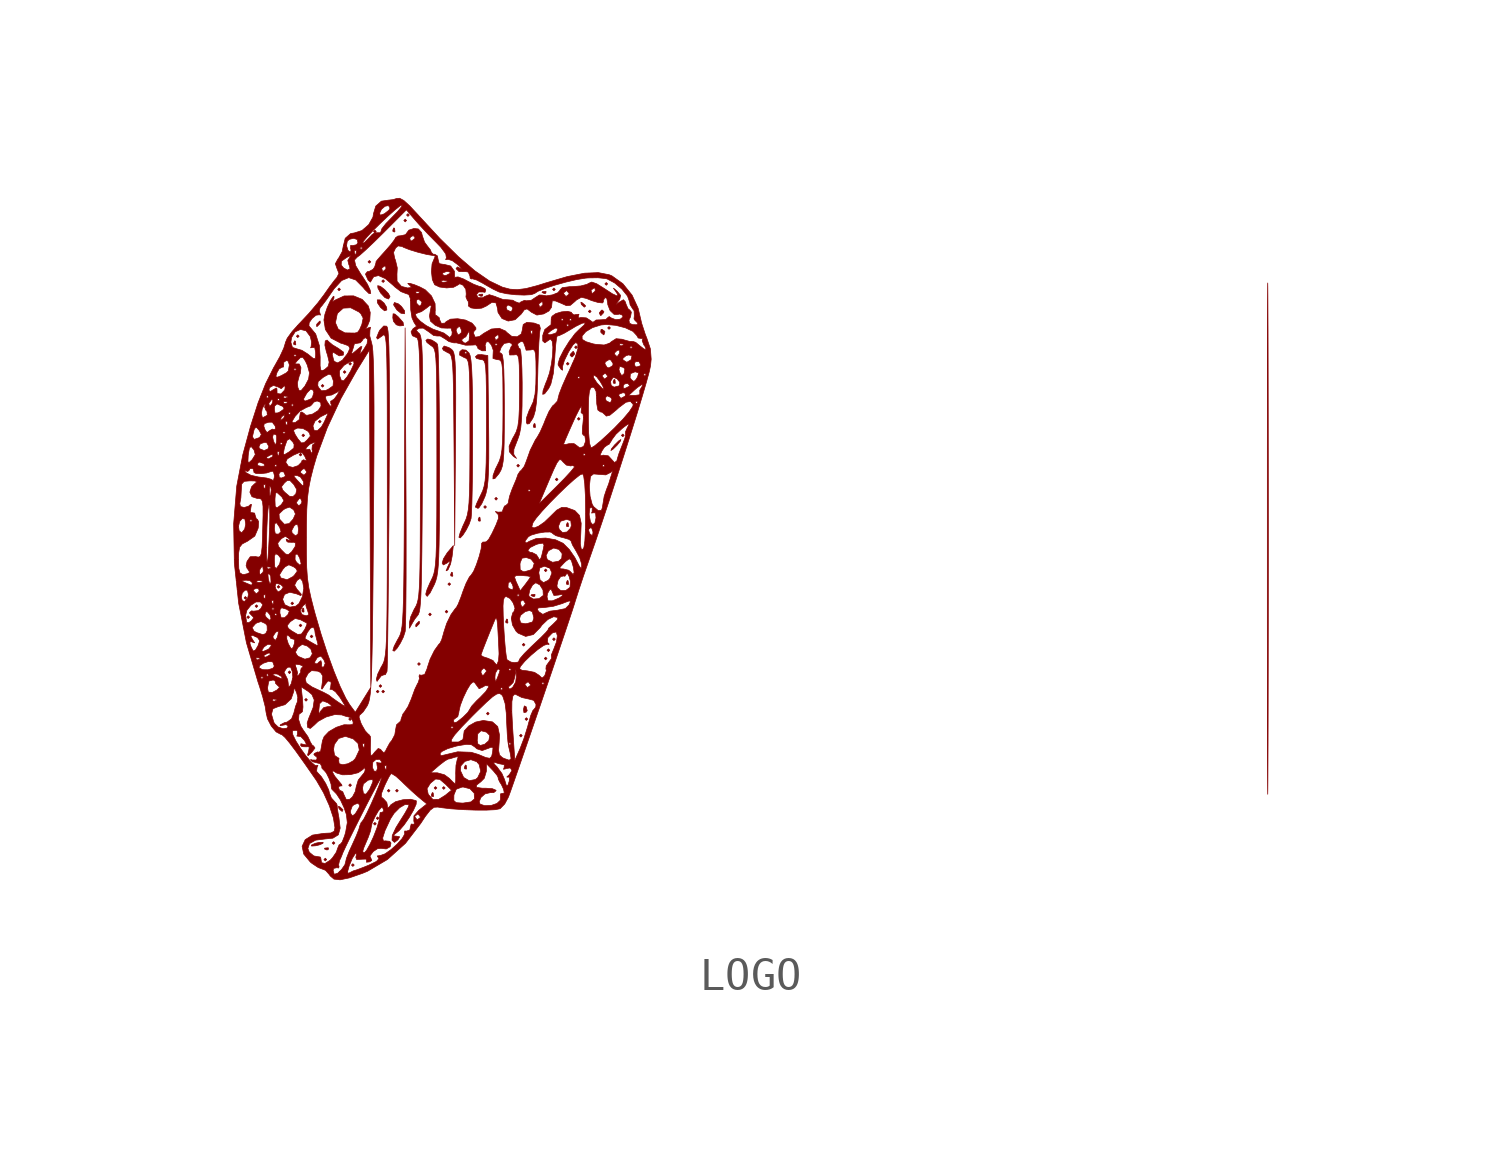
<source format=kicad_sym>
(kicad_symbol_lib
  (version 20220914)
  (generator "bitmap2component")
  (generator_version "8.0")
  (symbol "LOGO"
    (pin_names
      (offset 1.016))
    (property "Reference" "#G"
      (at 0 12.065 0)
      (effects (font (size 1.27 1.27)) hide))
    (symbol "LOGO_0_0"
      (polyline (pts (xy 25.372 -7.726) (xy 25.374 -7.437) (xy 25.376 -6.987) (xy 25.379 -6.371) (xy 25.382 -5.257) (xy 25.385 -3.878) (xy 25.387 -2.401) (xy 25.388 -0.865) (xy 25.388 0.692) (xy 25.387 2.233) (xy 25.385 3.718) (xy 25.382 5.11) (xy 25.379 6.371) (xy 25.379 6.389) (xy 25.376 7) (xy 25.374 7.446) (xy 25.372 7.731) (xy 25.37 7.859) (xy 25.367 7.833) (xy 25.366 7.657) (xy 25.364 7.336) (xy 25.362 6.873) (xy 25.361 6.273) (xy 25.36 5.539) (xy 25.358 4.675) (xy 25.358 3.685) (xy 25.357 2.573) (xy 25.357 1.344) (xy 25.357 0) (xy 25.357 -0.035) (xy 25.357 -1.376) (xy 25.357 -2.602) (xy 25.358 -3.711) (xy 25.358 -4.698) (xy 25.36 -5.559) (xy 25.361 -6.289) (xy 25.362 -6.886) (xy 25.364 -7.346) (xy 25.366 -7.663) (xy 25.368 -7.835) (xy 25.37 -7.857) (xy 25.372 -7.726)) (stroke (width 0.01) (type default)) (fill (type outline)))
      (polyline (pts (xy -2.86 -10.427) (xy -2.456 -10.287) (xy -2.301 -10.223) (xy -1.688 -9.862) (xy -1.133 -9.363) (xy -0.664 -8.751) (xy -0.524 -8.538) (xy -0.373 -8.344) (xy -0.255 -8.257) (xy -0.141 -8.25) (xy -0.049 -8.266) (xy 0.26 -8.303) (xy 0.627 -8.329) (xy 1.007 -8.343) (xy 1.354 -8.344) (xy 1.623 -8.331) (xy 1.769 -8.302) (xy 1.777 -8.298) (xy 1.917 -8.154) (xy 2.032 -7.939) (xy 2.094 -7.77) (xy 2.21 -7.439) (xy 2.363 -6.999) (xy 2.544 -6.475) (xy 2.745 -5.891) (xy 2.958 -5.271) (xy 3.173 -4.64) (xy 3.384 -4.022) (xy 3.58 -3.442) (xy 3.755 -2.925) (xy 3.899 -2.494) (xy 4.005 -2.174) (xy 4.064 -1.99) (xy 4.081 -1.932) (xy 4.193 -1.581) (xy 4.331 -1.165) (xy 4.471 -0.762) (xy 4.491 -0.705) (xy 4.694 -0.121) (xy 4.912 0.522) (xy 5.138 1.2) (xy 5.364 1.893) (xy 5.585 2.579) (xy 5.793 3.235) (xy 5.982 3.84) (xy 6.143 4.372) (xy 6.271 4.809) (xy 6.359 5.13) (xy 6.398 5.312) (xy 6.418 5.517) (xy 6.395 5.83) (xy 6.285 6.159) (xy 6.238 6.277) (xy 6.127 6.616) (xy 6.056 6.918) (xy 6.017 7.083) (xy 5.831 7.486) (xy 5.548 7.837) (xy 5.213 8.077) (xy 5.13 8.112) (xy 4.793 8.178) (xy 4.368 8.16) (xy 3.835 8.055) (xy 3.178 7.861) (xy 2.921 7.78) (xy 2.57 7.688) (xy 2.304 7.654) (xy 2.078 7.669) (xy 1.845 7.731) (xy 1.452 7.919) (xy 1.005 8.228) (xy 0.497 8.663) (xy -0.08 9.231) (xy -0.735 9.939) (xy -0.743 9.949) (xy -1.003 10.228) (xy -1.184 10.394) (xy -1.312 10.463) (xy -1.411 10.455) (xy -1.51 10.422) (xy -1.671 10.404) (xy -1.875 10.374) (xy -2.047 10.223) (xy -2.112 10.008) (xy -1.927 10.008) (xy -1.873 10.123) (xy -1.763 10.217) (xy -1.657 10.239) (xy -1.609 10.163) (xy -1.645 10.094) (xy -1.779 9.99) (xy -1.794 9.982) (xy -1.911 9.942) (xy -1.927 10.008) (xy -2.112 10.008) (xy -2.117 9.994) (xy -2.134 9.883) (xy -2.264 9.652) (xy -2.473 9.471) (xy -2.704 9.398) (xy -2.822 9.377) (xy -2.986 9.233) (xy -3.043 9.005) (xy -2.945 9.005) (xy -2.924 9.14) (xy -2.861 9.2) (xy -2.728 9.233) (xy -2.617 9.195) (xy -2.596 9.097) (xy -2.6 9.091) (xy -2.453 9.091) (xy -2.433 9.132) (xy -2.322 9.268) (xy -2.138 9.464) (xy -1.912 9.687) (xy -1.677 9.909) (xy -1.465 10.099) (xy -1.305 10.227) (xy -1.231 10.262) (xy -1.255 10.201) (xy -1.375 10.055) (xy -1.564 9.861) (xy -1.733 9.688) (xy -1.858 9.531) (xy -1.887 9.45) (xy -1.885 9.449) (xy -1.903 9.404) (xy -2.079 9.402) (xy -2.159 9.348) (xy -2.288 9.211) (xy -2.295 9.203) (xy -2.405 9.094) (xy -2.453 9.091) (xy -2.6 9.091) (xy -2.638 9.035) (xy -2.758 9.008) (xy -2.819 9.015) (xy -2.823 8.932) (xy -2.54 8.932) (xy -2.498 8.975) (xy -2.455 8.932) (xy -2.498 8.89) (xy -2.54 8.932) (xy -2.823 8.932) (xy -2.823 8.928) (xy -2.807 8.868) (xy -2.83 8.805) (xy -2.709 8.805) (xy -2.703 8.85) (xy -2.653 8.862) (xy -2.643 8.849) (xy -2.653 8.749) (xy -2.678 8.736) (xy -2.709 8.805) (xy -2.83 8.805) (xy -2.902 8.863) (xy -2.945 9.005) (xy -3.043 9.005) (xy -3.048 8.986) (xy -3.078 8.825) (xy -3.192 8.617) (xy -3.212 8.595) (xy -3.29 8.449) (xy -3.276 8.411) (xy -3.109 8.411) (xy -3.104 8.529) (xy -2.942 8.643) (xy -2.876 8.676) (xy -2.805 8.698) (xy -2.856 8.632) (xy -2.907 8.554) (xy -2.873 8.417) (xy -2.866 8.408) (xy -2.837 8.298) (xy -2.913 8.256) (xy -3.034 8.318) (xy -3.109 8.411) (xy -3.276 8.411) (xy -3.237 8.297) (xy -3.18 8.153) (xy -3.244 8.026) (xy -3.315 7.943) (xy -3.464 7.746) (xy -3.636 7.501) (xy -3.825 7.251) (xy -4.097 6.931) (xy -4.373 6.637) (xy -4.403 6.607) (xy -4.464 6.539) (xy -4.102 6.539) (xy -4.094 6.639) (xy -4.004 6.768) (xy -3.884 6.868) (xy -3.782 6.883) (xy -3.746 6.871) (xy -3.765 6.939) (xy -3.787 6.993) (xy -3.757 7.1) (xy -3.694 7.17) (xy -3.56 7.348) (xy -3.396 7.585) (xy -3.327 7.683) (xy -3.095 7.935) (xy -2.878 8.024) (xy -2.662 7.951) (xy -2.432 7.719) (xy -2.378 7.653) (xy -2.255 7.534) (xy -2.202 7.538) (xy -2.219 7.641) (xy -2.304 7.822) (xy -2.455 8.057) (xy -2.499 8.118) (xy -2.663 8.39) (xy -2.702 8.565) (xy -2.621 8.652) (xy -2.533 8.717) (xy -2.352 8.879) (xy -2.105 9.113) (xy -1.819 9.394) (xy -1.106 10.108) (xy -0.828 9.783) (xy -0.704 9.643) (xy -0.442 9.362) (xy -0.181 9.097) (xy -0.047 8.958) (xy 0.104 8.755) (xy 0.124 8.631) (xy 0.099 8.578) (xy 0.15 8.582) (xy 0.172 8.588) (xy 0.306 8.545) (xy 0.481 8.415) (xy 0.541 8.358) (xy 0.612 8.279) (xy 0.572 8.297) (xy 0.467 8.354) (xy 0.423 8.308) (xy 0.424 8.295) (xy 0.511 8.21) (xy 0.741 8.206) (xy 0.797 8.192) (xy 0.847 8.075) (xy 0.855 8.004) (xy 0.898 7.982) (xy 0.923 7.989) (xy 1.059 7.948) (xy 1.258 7.842) (xy 1.321 7.804) (xy 1.556 7.671) (xy 1.736 7.585) (xy 1.755 7.578) (xy 1.97 7.529) (xy 2.242 7.498) (xy 2.515 7.487) (xy 2.732 7.5) (xy 2.837 7.537) (xy 2.935 7.602) (xy 3.159 7.693) (xy 3.462 7.793) (xy 3.8 7.887) (xy 4.128 7.964) (xy 4.4 8.008) (xy 4.483 8.015) (xy 4.782 8.02) (xy 5.021 7.995) (xy 5.068 7.982) (xy 5.296 7.86) (xy 5.52 7.669) (xy 5.69 7.458) (xy 5.757 7.274) (xy 5.77 7.19) (xy 5.849 7.065) (xy 5.893 7.006) (xy 5.9 6.848) (xy 5.89 6.756) (xy 5.934 6.689) (xy 5.948 6.688) (xy 6.011 6.612) (xy 5.977 6.575) (xy 5.843 6.579) (xy 5.751 6.624) (xy 5.735 6.72) (xy 5.783 6.818) (xy 5.809 6.964) (xy 5.76 7.027) (xy 5.708 7.066) (xy 5.644 7.211) (xy 5.625 7.278) (xy 5.565 7.345) (xy 5.444 7.274) (xy 5.376 7.221) (xy 5.335 7.203) (xy 5.411 7.307) (xy 5.453 7.365) (xy 5.479 7.478) (xy 5.374 7.603) (xy 5.289 7.679) (xy 5.257 7.698) (xy 5.328 7.599) (xy 5.39 7.503) (xy 5.372 7.46) (xy 5.229 7.525) (xy 4.96 7.7) (xy 4.743 7.836) (xy 4.592 7.888) (xy 4.495 7.848) (xy 4.449 7.819) (xy 4.255 7.768) (xy 3.996 7.747) (xy 3.905 7.745) (xy 3.683 7.715) (xy 3.617 7.647) (xy 3.618 7.639) (xy 3.547 7.559) (xy 3.487 7.535) (xy 3.725 7.535) (xy 3.728 7.556) (xy 3.81 7.62) (xy 4.572 7.62) (xy 4.575 7.643) (xy 4.662 7.705) (xy 4.692 7.698) (xy 4.699 7.62) (xy 4.682 7.595) (xy 4.609 7.535) (xy 4.601 7.538) (xy 4.572 7.62) (xy 3.81 7.62) (xy 3.83 7.618) (xy 3.895 7.535) (xy 3.892 7.515) (xy 3.81 7.451) (xy 3.79 7.453) (xy 3.725 7.535) (xy 3.487 7.535) (xy 3.383 7.494) (xy 3.197 7.464) (xy 3.057 7.488) (xy 2.978 7.489) (xy 2.841 7.401) (xy 2.733 7.328) (xy 2.583 7.312) (xy 2.521 7.324) (xy 2.408 7.274) (xy 2.365 7.238) (xy 2.239 7.285) (xy 2.166 7.329) (xy 2.014 7.343) (xy 1.867 7.351) (xy 1.666 7.425) (xy 1.632 7.442) (xy 1.443 7.5) (xy 1.31 7.449) (xy 1.236 7.406) (xy 1.103 7.407) (xy 1.097 7.411) (xy 1.049 7.504) (xy 1.114 7.582) (xy 1.243 7.583) (xy 1.31 7.571) (xy 1.333 7.641) (xy 1.308 7.685) (xy 1.176 7.749) (xy 1.141 7.753) (xy 0.966 7.818) (xy 0.744 7.933) (xy 0.66 7.979) (xy 0.482 8.046) (xy 0.392 8.035) (xy 0.376 8.01) (xy 0.376 8.062) (xy 0.37 8.221) (xy 0.255 8.381) (xy 0.059 8.43) (xy 0.047 8.429) (xy -0.097 8.453) (xy -0.132 8.586) (xy -0.151 8.69) (xy -0.233 8.742) (xy -0.275 8.74) (xy -0.339 8.799) (xy -0.364 8.872) (xy -0.471 9.01) (xy -0.547 9.113) (xy -0.616 9.31) (xy -0.641 9.411) (xy -0.738 9.52) (xy -0.874 9.534) (xy -1.03 9.484) (xy -1.101 9.389) (xy -1.132 9.345) (xy -1.27 9.313) (xy -1.368 9.302) (xy -1.44 9.25) (xy -1.452 9.225) (xy -1.003 9.225) (xy -0.98 9.27) (xy -0.896 9.318) (xy -0.84 9.252) (xy -0.845 9.228) (xy -0.936 9.157) (xy -0.977 9.152) (xy -1.003 9.225) (xy -1.452 9.225) (xy -1.465 9.198) (xy -1.578 9.047) (xy -1.751 8.848) (xy -1.876 8.71) (xy -2.002 8.565) (xy -2.042 8.509) (xy -2.04 8.484) (xy -2.078 8.361) (xy -2.117 8.297) (xy -1.863 8.297) (xy -1.859 8.321) (xy -1.773 8.382) (xy -1.742 8.375) (xy -1.736 8.297) (xy -1.753 8.272) (xy -1.825 8.213) (xy -1.834 8.215) (xy -1.863 8.297) (xy -2.117 8.297) (xy -2.127 8.282) (xy -2.253 8.213) (xy -2.307 8.207) (xy -2.365 8.132) (xy -2.289 7.961) (xy -2.279 7.944) (xy -2.211 7.886) (xy -2.154 7.985) (xy -2.111 8.051) (xy -1.964 8.087) (xy -1.753 7.994) (xy -1.502 7.778) (xy -1.459 7.736) (xy -1.272 7.593) (xy -1.268 7.592) (xy -0.819 7.592) (xy -0.806 7.602) (xy -0.706 7.592) (xy -0.692 7.566) (xy -0.762 7.535) (xy -0.807 7.542) (xy -0.819 7.592) (xy -1.268 7.592) (xy -1.121 7.535) (xy -1.032 7.506) (xy -0.987 7.388) (xy -0.984 7.325) (xy -0.802 7.325) (xy -0.735 7.365) (xy -0.639 7.287) (xy -0.628 7.262) (xy -0.667 7.161) (xy -0.713 7.154) (xy -0.793 7.239) (xy -0.802 7.325) (xy -0.984 7.325) (xy -0.976 7.141) (xy -0.973 7.035) (xy -0.952 6.905) (xy -0.832 6.905) (xy -0.748 6.943) (xy -0.644 6.978) (xy -0.483 7.091) (xy -0.472 7.101) (xy -0.368 7.183) (xy -0.343 7.147) (xy -0.376 6.969) (xy -0.397 6.844) (xy -0.367 6.688) (xy -0.221 6.56) (xy -0.033 6.478) (xy 0.147 6.47) (xy 0.264 6.473) (xy 0.289 6.392) (xy 0.423 6.392) (xy 0.433 6.451) (xy 0.508 6.519) (xy 0.547 6.505) (xy 0.593 6.392) (xy 0.583 6.334) (xy 0.508 6.265) (xy 0.469 6.28) (xy 0.423 6.392) (xy 0.289 6.392) (xy 0.302 6.35) (xy 0.292 6.257) (xy 0.227 6.182) (xy 0.133 6.256) (xy 0.047 6.32) (xy -0.135 6.387) (xy -0.283 6.437) (xy -0.495 6.549) (xy -0.676 6.681) (xy -0.798 6.809) (xy -0.832 6.905) (xy -0.952 6.905) (xy -0.934 6.786) (xy -0.864 6.633) (xy -0.855 6.624) (xy -0.795 6.529) (xy -0.877 6.47) (xy -0.896 6.461) (xy -0.963 6.358) (xy -0.922 6.238) (xy -0.795 6.181) (xy -0.771 6.165) (xy -0.748 6.099) (xy -0.728 5.969) (xy -0.712 5.762) (xy -0.7 5.464) (xy -0.691 5.063) (xy -0.684 4.546) (xy -0.68 3.898) (xy -0.678 3.108) (xy -0.677 2.161) (xy -0.677 1.714) (xy -0.678 0.856) (xy -0.68 0.145) (xy -0.683 -0.434) (xy -0.689 -0.896) (xy -0.698 -1.256) (xy -0.71 -1.53) (xy -0.727 -1.733) (xy -0.748 -1.879) (xy -0.775 -1.985) (xy -0.807 -2.066) (xy -0.846 -2.136) (xy -0.867 -2.171) (xy -0.972 -2.399) (xy -1.013 -2.582) (xy -1.011 -2.752) (xy -0.915 -2.582) (xy -0.847 -2.471) (xy -0.769 -2.371) (xy -0.765 -2.367) (xy -0.736 -2.326) (xy -0.711 -2.254) (xy -0.69 -2.137) (xy -0.673 -1.961) (xy -0.659 -1.713) (xy -0.647 -1.378) (xy -0.638 -0.943) (xy -0.63 -0.395) (xy -0.624 0.282) (xy -0.618 1.101) (xy -0.612 2.074) (xy -0.609 2.665) (xy -0.606 3.525) (xy -0.604 4.239) (xy -0.606 4.819) (xy -0.61 5.28) (xy -0.618 5.635) (xy -0.63 5.899) (xy -0.645 6.086) (xy -0.666 6.208) (xy -0.691 6.282) (xy -0.721 6.319) (xy -0.75 6.341) (xy -0.805 6.414) (xy -0.709 6.469) (xy -0.588 6.472) (xy -0.406 6.35) (xy -0.271 6.246) (xy -0.159 6.229) (xy -0.067 6.23) (xy 0.082 6.141) (xy 0.148 6.096) (xy 0.593 6.096) (xy 0.595 6.116) (xy 0.671 6.181) (xy 0.719 6.203) (xy 0.788 6.329) (xy 0.791 6.34) (xy 0.82 6.372) (xy 0.837 6.244) (xy 0.83 6.181) (xy 1.609 6.181) (xy 1.612 6.204) (xy 1.698 6.265) (xy 1.729 6.259) (xy 1.736 6.181) (xy 1.718 6.155) (xy 1.646 6.096) (xy 1.637 6.098) (xy 1.609 6.181) (xy 0.83 6.181) (xy 0.819 6.084) (xy 0.72 6.011) (xy 0.661 6.021) (xy 0.593 6.096) (xy 0.148 6.096) (xy 0.205 6.057) (xy 0.351 6.019) (xy 0.43 6.02) (xy 0.615 5.973) (xy 0.715 5.946) (xy 0.93 5.951) (xy 1.026 5.959) (xy 1.077 5.902) (xy 1.095 5.843) (xy 1.219 5.775) (xy 1.329 5.776) (xy 1.328 5.873) (xy 1.313 5.946) (xy 1.354 6.053) (xy 1.421 6.052) (xy 1.492 5.969) (xy 1.609 5.969) (xy 1.651 6.011) (xy 1.693 5.969) (xy 1.651 5.927) (xy 1.609 5.969) (xy 1.492 5.969) (xy 1.509 5.95) (xy 1.565 5.79) (xy 1.557 5.636) (xy 1.555 5.539) (xy 1.684 5.503) (xy 1.687 5.503) (xy 1.751 5.497) (xy 1.797 5.462) (xy 1.828 5.376) (xy 1.848 5.214) (xy 1.858 4.953) (xy 1.862 4.57) (xy 1.863 4.042) (xy 1.863 3.847) (xy 1.859 3.353) (xy 1.849 2.99) (xy 1.83 2.728) (xy 1.799 2.538) (xy 1.753 2.39) (xy 1.689 2.256) (xy 1.631 2.14) (xy 1.558 1.942) (xy 1.554 1.838) (xy 1.616 1.85) (xy 1.74 1.999) (xy 1.743 2.005) (xy 1.799 2.102) (xy 1.84 2.219) (xy 1.869 2.381) (xy 1.888 2.613) (xy 1.899 2.941) (xy 1.904 3.388) (xy 1.905 3.979) (xy 1.905 4.144) (xy 1.9 4.74) (xy 1.889 5.182) (xy 1.87 5.481) (xy 1.844 5.649) (xy 1.809 5.697) (xy 1.802 5.696) (xy 1.754 5.729) (xy 1.805 5.875) (xy 1.895 6) (xy 2.056 6.029) (xy 2.137 5.994) (xy 2.145 5.936) (xy 2.11 5.896) (xy 2.051 5.744) (xy 2.069 5.646) (xy 2.199 5.648) (xy 2.209 5.65) (xy 2.275 5.657) (xy 2.32 5.623) (xy 2.348 5.522) (xy 2.363 5.328) (xy 2.369 5.016) (xy 2.37 4.561) (xy 2.37 4.398) (xy 2.365 3.967) (xy 2.349 3.661) (xy 2.319 3.446) (xy 2.271 3.288) (xy 2.201 3.152) (xy 2.163 3.088) (xy 2.052 2.844) (xy 2.058 2.672) (xy 2.18 2.533) (xy 2.212 2.51) (xy 2.28 2.467) (xy 2.231 2.532) (xy 2.193 2.597) (xy 2.198 2.748) (xy 2.292 2.993) (xy 2.309 3.032) (xy 2.369 3.206) (xy 2.41 3.416) (xy 2.436 3.694) (xy 2.449 4.076) (xy 2.453 4.593) (xy 2.453 4.802) (xy 2.445 5.213) (xy 2.43 5.543) (xy 2.409 5.762) (xy 2.385 5.842) (xy 2.357 5.851) (xy 2.314 5.955) (xy 2.324 6.001) (xy 2.427 6.068) (xy 2.491 6.04) (xy 2.54 5.907) (xy 2.575 5.793) (xy 2.709 5.8) (xy 2.786 5.815) (xy 2.837 5.783) (xy 2.865 5.671) (xy 2.876 5.449) (xy 2.879 5.088) (xy 2.873 4.752) (xy 2.848 4.44) (xy 2.795 4.21) (xy 2.704 4.013) (xy 2.668 3.942) (xy 2.588 3.723) (xy 2.581 3.571) (xy 2.607 3.524) (xy 2.67 3.534) (xy 2.772 3.688) (xy 2.806 3.759) (xy 2.858 3.942) (xy 2.895 4.209) (xy 2.919 4.588) (xy 2.934 5.107) (xy 2.936 5.222) (xy 2.949 5.652) (xy 2.966 6.02) (xy 2.985 6.292) (xy 3.004 6.43) (xy 3.012 6.46) (xy 2.984 6.568) (xy 2.818 6.628) (xy 2.598 6.649) (xy 2.485 6.583) (xy 2.455 6.405) (xy 2.441 6.35) (xy 2.709 6.35) (xy 2.715 6.395) (xy 2.766 6.407) (xy 2.776 6.394) (xy 2.766 6.294) (xy 2.74 6.28) (xy 2.709 6.35) (xy 2.441 6.35) (xy 2.426 6.294) (xy 2.3 6.206) (xy 2.131 6.22) (xy 1.977 6.343) (xy 1.942 6.383) (xy 1.748 6.467) (xy 1.506 6.444) (xy 1.277 6.314) (xy 1.139 6.214) (xy 1.008 6.194) (xy 0.96 6.308) (xy 0.967 6.366) (xy 1.03 6.435) (xy 1.031 6.435) (xy 1.029 6.486) (xy 0.929 6.606) (xy 0.904 6.629) (xy 0.711 6.72) (xy 0.47 6.761) (xy 0.249 6.747) (xy 0.116 6.671) (xy 0.076 6.626) (xy -0.031 6.617) (xy -0.085 6.731) (xy -0.095 6.79) (xy -0.178 6.858) (xy -0.22 6.877) (xy -0.223 6.986) (xy -0.218 7.002) (xy -0.224 7.224) (xy -0.337 7.463) (xy -0.525 7.649) (xy -0.685 7.734) (xy -0.856 7.805) (xy -0.996 7.847) (xy -1.063 7.848) (xy -1.016 7.796) (xy -0.986 7.774) (xy -0.95 7.72) (xy -1.069 7.706) (xy -1.258 7.754) (xy -1.393 7.911) (xy -1.396 8.13) (xy -1.386 8.324) (xy -1.442 8.558) (xy -1.466 8.619) (xy -1.501 8.8) (xy -1.438 8.934) (xy -1.362 8.999) (xy -1.234 8.98) (xy -1.196 8.956) (xy -1.011 8.883) (xy -0.753 8.804) (xy -0.485 8.737) (xy -0.272 8.701) (xy -0.217 8.684) (xy -0.251 8.605) (xy -0.252 8.604) (xy -0.317 8.446) (xy -0.336 8.207) (xy -0.327 8.131) (xy 0 8.131) (xy 0.014 8.168) (xy 0.127 8.213) (xy 0.185 8.209) (xy 0.254 8.179) (xy 0.238 8.158) (xy 0.127 8.097) (xy 0.062 8.084) (xy 0 8.131) (xy -0.327 8.131) (xy -0.309 7.966) (xy -0.277 7.894) (xy -0.048 7.894) (xy -0.016 7.932) (xy 0.033 7.945) (xy 0.146 7.925) (xy 0.145 7.896) (xy 0.035 7.881) (xy -0.048 7.894) (xy -0.277 7.894) (xy -0.237 7.806) (xy -0.086 7.735) (xy 0.133 7.707) (xy 0.344 7.727) (xy 0.468 7.793) (xy 0.534 7.836) (xy 0.638 7.788) (xy 0.721 7.667) (xy 0.734 7.52) (xy 0.724 7.429) (xy 0.771 7.318) (xy 0.792 7.301) (xy 0.806 7.2) (xy 0.797 7.155) (xy 0.877 7.094) (xy 1.035 7.069) (xy 1.212 7.086) (xy 1.35 7.15) (xy 1.524 7.265) (xy 1.648 7.247) (xy 1.662 7.197) (xy 2.963 7.197) (xy 2.967 7.22) (xy 3.053 7.281) (xy 3.084 7.275) (xy 3.09 7.197) (xy 3.073 7.171) (xy 3.001 7.112) (xy 2.992 7.114) (xy 2.963 7.197) (xy 1.662 7.197) (xy 1.685 7.116) (xy 1.959 7.116) (xy 2.012 7.186) (xy 2.125 7.137) (xy 2.166 7.083) (xy 2.13 6.993) (xy 2.093 6.98) (xy 1.987 7.032) (xy 1.959 7.116) (xy 1.685 7.116) (xy 1.693 7.087) (xy 1.711 6.953) (xy 1.831 6.768) (xy 2.022 6.689) (xy 2.235 6.73) (xy 2.422 6.903) (xy 2.519 7.035) (xy 2.603 7.063) (xy 2.723 6.972) (xy 2.737 6.96) (xy 2.905 6.873) (xy 3.114 6.908) (xy 3.275 6.998) (xy 3.356 7.114) (xy 3.361 7.167) (xy 3.377 7.305) (xy 3.38 7.311) (xy 3.468 7.31) (xy 3.639 7.24) (xy 3.814 7.162) (xy 3.935 7.173) (xy 4.072 7.289) (xy 4.121 7.336) (xy 4.272 7.42) (xy 4.433 7.382) (xy 4.588 7.318) (xy 4.785 7.26) (xy 4.923 7.245) (xy 4.952 7.283) (xy 4.942 7.311) (xy 4.994 7.407) (xy 5.052 7.393) (xy 5.08 7.254) (xy 5.084 7.196) (xy 5.155 7.012) (xy 5.278 6.895) (xy 5.409 6.894) (xy 5.438 6.907) (xy 5.539 6.868) (xy 5.549 6.812) (xy 5.469 6.747) (xy 5.33 6.731) (xy 5.196 6.782) (xy 5.127 6.827) (xy 5.08 6.791) (xy 5.027 6.739) (xy 4.868 6.727) (xy 4.728 6.722) (xy 4.657 6.671) (xy 4.627 6.65) (xy 4.527 6.721) (xy 4.425 6.787) (xy 4.259 6.798) (xy 4.179 6.78) (xy 4.181 6.843) (xy 4.198 6.897) (xy 4.111 6.89) (xy 4.042 6.877) (xy 3.979 6.928) (xy 3.965 6.958) (xy 3.847 6.988) (xy 3.666 6.972) (xy 3.486 6.919) (xy 3.373 6.839) (xy 3.348 6.787) (xy 3.345 6.731) (xy 3.641 6.731) (xy 3.683 6.773) (xy 3.725 6.731) (xy 3.895 6.731) (xy 3.937 6.773) (xy 3.979 6.731) (xy 3.937 6.689) (xy 3.895 6.731) (xy 3.725 6.731) (xy 3.683 6.689) (xy 3.641 6.731) (xy 3.345 6.731) (xy 3.341 6.63) (xy 3.34 6.576) (xy 3.321 6.562) (xy 3.81 6.562) (xy 3.852 6.604) (xy 3.895 6.562) (xy 3.852 6.519) (xy 3.81 6.562) (xy 3.321 6.562) (xy 3.243 6.503) (xy 3.147 6.427) (xy 3.104 6.302) (xy 3.232 6.302) (xy 3.338 6.394) (xy 3.47 6.472) (xy 3.549 6.464) (xy 3.517 6.356) (xy 3.473 6.313) (xy 3.318 6.268) (xy 3.262 6.271) (xy 3.232 6.302) (xy 3.104 6.302) (xy 3.084 6.244) (xy 3.085 6.077) (xy 3.15 6.018) (xy 3.285 6.113) (xy 3.327 6.135) (xy 3.377 6.066) (xy 3.396 5.89) (xy 3.387 5.643) (xy 3.351 5.364) (xy 3.292 5.089) (xy 3.211 4.856) (xy 3.175 4.773) (xy 3.094 4.546) (xy 3.084 4.436) (xy 3.144 4.454) (xy 3.268 4.616) (xy 3.334 4.751) (xy 3.411 5.079) (xy 3.455 5.558) (xy 3.463 5.691) (xy 3.486 5.981) (xy 3.51 6.173) (xy 3.532 6.233) (xy 3.581 6.238) (xy 3.739 6.311) (xy 3.959 6.44) (xy 4.101 6.526) (xy 4.295 6.621) (xy 4.39 6.638) (xy 4.367 6.576) (xy 4.211 6.435) (xy 4.078 6.302) (xy 4.024 6.229) (xy 4.294 6.229) (xy 4.41 6.364) (xy 4.616 6.487) (xy 4.874 6.568) (xy 5.035 6.583) (xy 5.334 6.557) (xy 5.626 6.481) (xy 5.858 6.372) (xy 5.975 6.246) (xy 6.02 6.168) (xy 6.123 6.151) (xy 6.163 6.17) (xy 6.16 6.139) (xy 6.142 6.085) (xy 6.193 5.954) (xy 6.226 5.912) (xy 6.264 5.821) (xy 6.199 5.828) (xy 6.06 5.937) (xy 5.941 6.035) (xy 5.863 6.06) (xy 5.862 6.06) (xy 5.765 6.061) (xy 5.582 6.111) (xy 5.523 6.13) (xy 5.34 6.147) (xy 5.197 6.056) (xy 5.138 6.007) (xy 5.065 5.983) (xy 5.447 5.983) (xy 5.459 5.993) (xy 5.56 5.983) (xy 5.573 5.958) (xy 5.503 5.927) (xy 5.458 5.933) (xy 5.447 5.983) (xy 5.065 5.983) (xy 4.971 5.953) (xy 4.709 5.974) (xy 4.631 5.989) (xy 4.415 6.055) (xy 4.297 6.128) (xy 4.294 6.229) (xy 4.024 6.229) (xy 3.9 6.065) (xy 3.731 5.794) (xy 3.605 5.545) (xy 3.556 5.371) (xy 3.562 5.328) (xy 3.654 5.199) (xy 3.697 5.179) (xy 3.697 5.227) (xy 3.693 5.293) (xy 3.75 5.477) (xy 3.866 5.715) (xy 3.886 5.752) (xy 4.016 5.959) (xy 4.101 6.03) (xy 4.161 5.985) (xy 4.162 5.985) (xy 4.164 5.884) (xy 5.757 5.884) (xy 5.8 5.927) (xy 5.842 5.884) (xy 5.8 5.842) (xy 5.757 5.884) (xy 4.164 5.884) (xy 4.165 5.836) (xy 4.124 5.707) (xy 5.29 5.707) (xy 5.372 5.787) (xy 5.444 5.797) (xy 5.448 5.711) (xy 5.434 5.678) (xy 5.37 5.593) (xy 5.297 5.664) (xy 5.29 5.707) (xy 4.124 5.707) (xy 4.077 5.562) (xy 4.069 5.544) (xy 5.548 5.544) (xy 5.643 5.623) (xy 5.722 5.647) (xy 5.827 5.624) (xy 5.803 5.509) (xy 5.794 5.495) (xy 5.669 5.422) (xy 5.551 5.495) (xy 5.548 5.544) (xy 4.069 5.544) (xy 3.994 5.376) (xy 4.995 5.376) (xy 5.01 5.436) (xy 5.122 5.503) (xy 5.181 5.489) (xy 5.241 5.39) (xy 5.901 5.39) (xy 5.942 5.443) (xy 6.042 5.444) (xy 6.096 5.343) (xy 6.085 5.315) (xy 5.977 5.278) (xy 5.926 5.291) (xy 5.901 5.39) (xy 5.241 5.39) (xy 5.249 5.376) (xy 5.234 5.317) (xy 5.122 5.249) (xy 5.063 5.264) (xy 4.995 5.376) (xy 3.994 5.376) (xy 3.913 5.196) (xy 5.428 5.196) (xy 5.447 5.296) (xy 5.565 5.264) (xy 5.608 5.218) (xy 5.588 5.08) (xy 5.579 5.066) (xy 5.513 5.009) (xy 5.455 5.107) (xy 5.428 5.196) (xy 3.913 5.196) (xy 3.895 5.155) (xy 3.836 5.03) (xy 4.644 5.03) (xy 4.653 5.033) (xy 4.713 4.995) (xy 4.911 4.995) (xy 4.913 5.016) (xy 4.995 5.08) (xy 5.016 5.078) (xy 5.08 4.995) (xy 5.077 4.975) (xy 4.995 4.911) (xy 4.975 4.913) (xy 4.911 4.995) (xy 4.713 4.995) (xy 4.742 4.977) (xy 4.847 4.836) (xy 5.169 4.836) (xy 5.24 4.947) (xy 5.264 4.956) (xy 5.288 4.947) (xy 5.769 4.947) (xy 5.78 5.072) (xy 5.92 5.128) (xy 5.933 5.128) (xy 6.035 5.096) (xy 6.019 5.038) (xy 6.181 5.038) (xy 6.223 5.08) (xy 6.265 5.038) (xy 6.223 4.995) (xy 6.181 5.038) (xy 6.019 5.038) (xy 6.002 4.977) (xy 5.956 4.896) (xy 5.889 4.832) (xy 5.814 4.883) (xy 5.769 4.947) (xy 5.288 4.947) (xy 5.37 4.915) (xy 5.452 4.81) (xy 5.446 4.712) (xy 5.433 4.703) (xy 5.559 4.703) (xy 5.6 4.756) (xy 5.702 4.774) (xy 5.757 4.703) (xy 5.743 4.685) (xy 5.635 4.628) (xy 5.563 4.617) (xy 5.559 4.703) (xy 5.433 4.703) (xy 5.421 4.694) (xy 5.277 4.657) (xy 5.189 4.71) (xy 5.169 4.836) (xy 4.847 4.836) (xy 4.857 4.821) (xy 4.928 4.697) (xy 4.97 4.588) (xy 4.914 4.616) (xy 4.76 4.781) (xy 4.744 4.799) (xy 4.648 4.947) (xy 4.644 5.03) (xy 3.836 5.03) (xy 3.823 5.003) (xy 3.801 4.953) (xy 4.149 4.953) (xy 4.191 4.995) (xy 4.233 4.953) (xy 4.191 4.911) (xy 4.149 4.953) (xy 3.801 4.953) (xy 3.686 4.692) (xy 3.591 4.447) (xy 3.556 4.31) (xy 3.541 4.235) (xy 3.438 4.122) (xy 3.387 4.08) (xy 3.278 3.911) (xy 3.17 3.668) (xy 3.115 3.526) (xy 3.008 3.284) (xy 2.924 3.133) (xy 2.855 3.029) (xy 2.792 2.901) (xy 3.725 2.901) (xy 3.731 2.92) (xy 3.787 3.06) (xy 3.891 3.3) (xy 4.027 3.605) (xy 4.099 3.763) (xy 4.206 3.975) (xy 4.27 4.073) (xy 4.278 4.036) (xy 4.276 4.029) (xy 4.263 3.878) (xy 4.301 3.842) (xy 4.321 3.838) (xy 4.337 3.727) (xy 4.337 3.725) (xy 4.487 3.725) (xy 4.489 4.016) (xy 4.498 4.337) (xy 4.52 4.532) (xy 4.557 4.63) (xy 4.614 4.657) (xy 4.668 4.641) (xy 4.725 4.527) (xy 4.733 4.403) (xy 5.419 4.403) (xy 5.435 4.443) (xy 5.551 4.487) (xy 5.611 4.475) (xy 5.63 4.403) (xy 5.725 4.403) (xy 5.907 4.572) (xy 5.996 4.649) (xy 6.12 4.73) (xy 6.166 4.726) (xy 6.107 4.628) (xy 6.066 4.56) (xy 6.069 4.458) (xy 6.056 4.422) (xy 5.925 4.403) (xy 5.725 4.403) (xy 5.63 4.403) (xy 5.613 4.38) (xy 5.498 4.318) (xy 5.479 4.321) (xy 5.419 4.403) (xy 4.733 4.403) (xy 4.738 4.322) (xy 5.007 4.322) (xy 5.06 4.392) (xy 5.173 4.343) (xy 5.213 4.289) (xy 5.178 4.199) (xy 5.141 4.186) (xy 5.035 4.238) (xy 5.007 4.322) (xy 4.738 4.322) (xy 4.741 4.276) (xy 4.745 4.146) (xy 4.78 3.954) (xy 4.861 3.895) (xy 4.912 3.886) (xy 5.02 3.789) (xy 5.037 3.767) (xy 5.149 3.795) (xy 5.348 3.958) (xy 5.427 4.031) (xy 5.641 4.192) (xy 5.782 4.221) (xy 5.808 4.191) (xy 5.927 4.191) (xy 5.969 4.233) (xy 6.011 4.191) (xy 5.969 4.149) (xy 5.927 4.191) (xy 5.808 4.191) (xy 5.866 4.123) (xy 5.853 4.066) (xy 5.745 3.903) (xy 5.55 3.672) (xy 5.291 3.403) (xy 5.104 3.223) (xy 4.861 3.002) (xy 4.676 2.85) (xy 4.58 2.794) (xy 4.563 2.803) (xy 4.521 2.943) (xy 4.496 3.251) (xy 4.487 3.725) (xy 4.337 3.725) (xy 4.318 3.514) (xy 4.304 3.399) (xy 4.301 3.231) (xy 4.332 3.184) (xy 4.38 3.156) (xy 4.403 3.011) (xy 4.402 2.992) (xy 4.343 2.835) (xy 4.225 2.79) (xy 4.104 2.882) (xy 4.044 2.923) (xy 3.888 2.919) (xy 3.792 2.895) (xy 3.725 2.901) (xy 2.792 2.901) (xy 2.699 2.716) (xy 2.652 2.582) (xy 4.318 2.582) (xy 4.36 2.625) (xy 4.403 2.582) (xy 4.388 2.568) (xy 4.848 2.568) (xy 4.904 2.696) (xy 4.983 2.813) (xy 5.077 2.879) (xy 5.126 2.902) (xy 5.206 3.027) (xy 5.216 3.051) (xy 5.335 3.21) (xy 5.519 3.381) (xy 5.589 3.437) (xy 5.713 3.527) (xy 5.736 3.514) (xy 5.681 3.403) (xy 5.627 3.28) (xy 5.628 3.217) (xy 5.636 3.208) (xy 5.613 3.096) (xy 5.539 2.9) (xy 5.513 2.837) (xy 5.428 2.619) (xy 5.385 2.479) (xy 5.361 2.389) (xy 5.29 2.34) (xy 5.183 2.457) (xy 5.1 2.547) (xy 4.944 2.567) (xy 4.894 2.55) (xy 4.848 2.568) (xy 4.388 2.568) (xy 4.36 2.54) (xy 4.318 2.582) (xy 2.652 2.582) (xy 2.576 2.371) (xy 2.516 2.221) (xy 2.423 2.099) (xy 2.389 2.074) (xy 2.321 1.972) (xy 2.316 1.951) (xy 2.263 1.805) (xy 2.172 1.59) (xy 2.147 1.531) (xy 2.129 1.482) (xy 2.625 1.482) (xy 2.667 1.524) (xy 2.709 1.482) (xy 2.667 1.439) (xy 2.625 1.482) (xy 2.129 1.482) (xy 2.065 1.303) (xy 2.032 1.146) (xy 2.022 1.085) (xy 2.01 1.074) (xy 2.974 1.074) (xy 3.283 1.801) (xy 3.42 2.119) (xy 3.522 2.329) (xy 3.593 2.424) (xy 3.65 2.426) (xy 3.709 2.359) (xy 3.812 2.261) (xy 3.946 2.235) (xy 4.002 2.249) (xy 4.013 2.244) (xy 4.911 2.244) (xy 4.953 2.286) (xy 4.995 2.244) (xy 4.953 2.201) (xy 4.911 2.244) (xy 4.013 2.244) (xy 4.064 2.217) (xy 4.051 2.19) (xy 3.946 2.061) (xy 3.76 1.859) (xy 3.519 1.614) (xy 2.974 1.074) (xy 2.01 1.074) (xy 1.947 1.016) (xy 1.909 1.003) (xy 1.863 0.892) (xy 1.84 0.823) (xy 1.714 0.815) (xy 1.628 0.834) (xy 1.673 0.785) (xy 1.716 0.741) (xy 1.726 0.625) (xy 1.647 0.418) (xy 1.62 0.361) (xy 2.748 0.361) (xy 2.783 0.488) (xy 2.881 0.629) (xy 3.065 0.845) (xy 3.301 1.099) (xy 3.564 1.365) (xy 3.823 1.615) (xy 4.053 1.821) (xy 4.225 1.957) (xy 4.311 1.994) (xy 4.343 1.926) (xy 4.375 1.696) (xy 4.38 1.602) (xy 4.518 1.602) (xy 4.548 1.881) (xy 4.56 1.92) (xy 4.646 1.99) (xy 4.839 1.974) (xy 5.024 1.961) (xy 5.181 2.041) (xy 5.189 2.051) (xy 5.234 2.094) (xy 5.207 1.99) (xy 5.171 1.881) (xy 5.127 1.736) (xy 5.109 1.677) (xy 5.044 1.51) (xy 4.973 1.297) (xy 4.917 0.953) (xy 4.891 0.873) (xy 4.791 0.864) (xy 4.647 0.985) (xy 4.603 1.061) (xy 4.54 1.304) (xy 4.518 1.602) (xy 4.38 1.602) (xy 4.396 1.317) (xy 4.403 0.799) (xy 4.403 0.797) (xy 4.402 0.765) (xy 4.513 0.765) (xy 4.53 0.931) (xy 4.579 0.969) (xy 4.606 0.943) (xy 4.603 0.828) (xy 4.585 0.787) (xy 4.643 0.796) (xy 4.709 0.792) (xy 4.722 0.64) (xy 4.689 0.484) (xy 4.621 0.429) (xy 4.553 0.512) (xy 4.514 0.721) (xy 4.513 0.765) (xy 4.402 0.765) (xy 4.397 0.285) (xy 4.397 0.282) (xy 4.491 0.282) (xy 4.558 0.339) (xy 4.59 0.325) (xy 4.628 0.212) (xy 4.628 0.173) (xy 4.612 0.091) (xy 4.544 0.141) (xy 4.522 0.167) (xy 4.491 0.282) (xy 4.397 0.282) (xy 4.38 -0.068) (xy 4.35 -0.273) (xy 4.306 -0.339) (xy 4.267 -0.311) (xy 4.24 -0.15) (xy 4.255 0.164) (xy 4.267 0.473) (xy 4.214 0.715) (xy 4.071 0.864) (xy 3.817 0.957) (xy 3.669 0.961) (xy 3.513 0.875) (xy 3.308 0.673) (xy 3.139 0.511) (xy 2.956 0.383) (xy 2.955 0.382) (xy 3.569 0.382) (xy 3.631 0.535) (xy 3.821 0.593) (xy 3.947 0.552) (xy 3.964 0.403) (xy 3.94 0.323) (xy 3.83 0.206) (xy 3.692 0.188) (xy 3.591 0.286) (xy 3.569 0.382) (xy 2.955 0.382) (xy 2.816 0.329) (xy 2.748 0.361) (xy 1.62 0.361) (xy 1.528 0.166) (xy 1.426 -0.017) (xy 1.35 -0.097) (xy 1.281 -0.105) (xy 2.54 -0.105) (xy 2.551 -0.059) (xy 2.646 0.063) (xy 2.736 0.111) (xy 2.93 0.168) (xy 3.143 0.202) (xy 3.316 0.205) (xy 3.387 0.168) (xy 3.389 0.158) (xy 3.486 0.093) (xy 3.68 0.037) (xy 3.72 0.029) (xy 3.895 -0.023) (xy 3.958 -0.072) (xy 3.957 -0.079) (xy 3.999 -0.192) (xy 4.104 -0.37) (xy 4.11 -0.379) (xy 4.224 -0.593) (xy 4.278 -0.772) (xy 4.282 -0.863) (xy 4.265 -0.917) (xy 4.207 -0.84) (xy 4.092 -0.619) (xy 4.071 -0.579) (xy 3.9 -0.331) (xy 3.711 -0.142) (xy 3.481 -0.035) (xy 3.177 0.019) (xy 2.883 0.004) (xy 2.668 -0.083) (xy 2.591 -0.131) (xy 2.54 -0.105) (xy 1.281 -0.105) (xy 1.278 -0.106) (xy 1.247 -0.102) (xy 1.204 -0.148) (xy 1.206 -0.158) (xy 1.192 -0.312) (xy 1.179 -0.361) (xy 2.626 -0.361) (xy 2.696 -0.273) (xy 2.879 -0.182) (xy 2.943 -0.161) (xy 3.088 -0.137) (xy 3.124 -0.195) (xy 3.105 -0.307) (xy 3.057 -0.508) (xy 3.054 -0.519) (xy 3.188 -0.519) (xy 3.26 -0.372) (xy 3.418 -0.289) (xy 3.424 -0.288) (xy 3.584 -0.332) (xy 3.682 -0.461) (xy 3.668 -0.609) (xy 3.573 -0.694) (xy 3.386 -0.726) (xy 3.224 -0.643) (xy 3.188 -0.519) (xy 3.054 -0.519) (xy 3.031 -0.592) (xy 2.989 -0.655) (xy 2.941 -0.572) (xy 2.89 -0.493) (xy 2.754 -0.423) (xy 2.686 -0.417) (xy 2.626 -0.361) (xy 1.179 -0.361) (xy 1.131 -0.547) (xy 1.052 -0.783) (xy 2.386 -0.783) (xy 2.392 -0.738) (xy 2.451 -0.598) (xy 2.582 -0.58) (xy 2.726 -0.63) (xy 2.825 -0.755) (xy 2.779 -0.907) (xy 2.708 -0.964) (xy 2.524 -1.016) (xy 2.484 -1.014) (xy 2.392 -0.956) (xy 2.386 -0.783) (xy 1.052 -0.783) (xy 1.046 -0.801) (xy 0.956 -1.014) (xy 0.934 -1.044) (xy 2.963 -1.044) (xy 2.998 -0.899) (xy 3.135 -0.847) (xy 3.228 -0.879) (xy 3.616 -0.879) (xy 3.732 -0.755) (xy 3.789 -0.699) (xy 3.901 -0.617) (xy 3.965 -0.668) (xy 4.024 -0.868) (xy 4.05 -1.04) (xy 4.018 -1.101) (xy 3.937 -1.016) (xy 3.882 -0.97) (xy 3.72 -0.931) (xy 3.619 -0.925) (xy 3.616 -0.879) (xy 3.228 -0.879) (xy 3.3 -0.904) (xy 3.368 -1.052) (xy 3.301 -1.229) (xy 3.253 -1.28) (xy 3.107 -1.351) (xy 3.003 -1.268) (xy 2.963 -1.044) (xy 0.934 -1.044) (xy 0.881 -1.122) (xy 0.833 -1.176) (xy 2.215 -1.176) (xy 2.269 -1.132) (xy 2.455 -1.134) (xy 2.458 -1.134) (xy 2.635 -1.149) (xy 2.709 -1.172) (xy 2.663 -1.251) (xy 2.552 -1.401) (xy 2.394 -1.601) (xy 2.298 -1.389) (xy 2.264 -1.314) (xy 2.215 -1.176) (xy 0.833 -1.176) (xy 0.828 -1.182) (xy 0.729 -1.372) (xy 0.68 -1.498) (xy 2.016 -1.498) (xy 2.025 -1.366) (xy 2.089 -1.309) (xy 2.149 -1.402) (xy 2.176 -1.482) (xy 2.167 -1.576) (xy 2.055 -1.538) (xy 2.016 -1.498) (xy 0.68 -1.498) (xy 0.629 -1.63) (xy 0.593 -1.736) (xy 2.286 -1.736) (xy 2.328 -1.693) (xy 2.368 -1.733) (xy 2.655 -1.733) (xy 2.687 -1.578) (xy 2.773 -1.424) (xy 2.871 -1.355) (xy 2.998 -1.422) (xy 3.008 -1.439) (xy 3.522 -1.439) (xy 3.555 -1.285) (xy 3.637 -1.165) (xy 3.729 -1.146) (xy 3.765 -1.156) (xy 3.815 -1.084) (xy 3.84 -1.06) (xy 3.897 -1.164) (xy 3.934 -1.307) (xy 3.925 -1.482) (xy 3.915 -1.503) (xy 3.793 -1.593) (xy 3.637 -1.595) (xy 3.532 -1.503) (xy 3.522 -1.439) (xy 3.008 -1.439) (xy 3.093 -1.577) (xy 3.102 -1.734) (xy 3.096 -1.749) (xy 3.043 -1.789) (xy 3.217 -1.789) (xy 3.232 -1.685) (xy 3.302 -1.566) (xy 3.347 -1.56) (xy 3.387 -1.652) (xy 3.387 -1.654) (xy 3.429 -1.747) (xy 3.577 -1.732) (xy 3.696 -1.709) (xy 3.683 -1.759) (xy 3.595 -1.821) (xy 3.408 -1.901) (xy 3.371 -1.911) (xy 3.248 -1.909) (xy 3.217 -1.789) (xy 3.043 -1.789) (xy 2.972 -1.842) (xy 2.798 -1.856) (xy 2.668 -1.78) (xy 2.655 -1.733) (xy 2.368 -1.733) (xy 2.371 -1.736) (xy 2.328 -1.778) (xy 2.286 -1.736) (xy 0.593 -1.736) (xy 0.566 -1.811) (xy 0.484 -2.018) (xy 0.457 -2.067) (xy 1.864 -2.067) (xy 1.876 -1.888) (xy 1.909 -1.801) (xy 1.963 -1.778) (xy 2.082 -1.841) (xy 2.183 -1.984) (xy 2.184 -1.99) (xy 2.399 -1.99) (xy 2.409 -1.928) (xy 2.476 -1.883) (xy 2.488 -1.889) (xy 2.553 -1.99) (xy 2.552 -2.003) (xy 2.476 -2.096) (xy 2.438 -2.091) (xy 2.399 -1.99) (xy 2.184 -1.99) (xy 2.233 -2.142) (xy 2.221 -2.175) (xy 2.917 -2.175) (xy 2.951 -2.127) (xy 3.125 -2.117) (xy 3.137 -2.116) (xy 3.409 -2.079) (xy 3.687 -1.994) (xy 3.75 -1.967) (xy 3.902 -1.912) (xy 3.939 -1.933) (xy 3.893 -2.036) (xy 3.781 -2.149) (xy 3.528 -2.201) (xy 3.522 -2.201) (xy 3.304 -2.228) (xy 3.163 -2.289) (xy 3.088 -2.327) (xy 2.966 -2.247) (xy 2.917 -2.175) (xy 2.221 -2.175) (xy 2.198 -2.246) (xy 2.164 -2.277) (xy 2.119 -2.441) (xy 2.123 -2.467) (xy 2.371 -2.467) (xy 2.401 -2.358) (xy 2.546 -2.242) (xy 2.677 -2.208) (xy 2.764 -2.246) (xy 2.807 -2.413) (xy 2.811 -2.445) (xy 2.772 -2.56) (xy 2.603 -2.609) (xy 2.541 -2.615) (xy 2.406 -2.588) (xy 2.371 -2.467) (xy 2.123 -2.467) (xy 2.155 -2.653) (xy 2.265 -2.845) (xy 2.327 -2.904) (xy 2.56 -3.004) (xy 2.796 -2.947) (xy 3.003 -2.737) (xy 3.062 -2.655) (xy 3.242 -2.484) (xy 3.422 -2.398) (xy 3.552 -2.424) (xy 3.553 -2.425) (xy 3.525 -2.506) (xy 3.398 -2.632) (xy 3.389 -2.64) (xy 3.27 -2.749) (xy 3.249 -2.794) (xy 3.252 -2.799) (xy 3.184 -2.881) (xy 3.026 -3.041) (xy 2.801 -3.253) (xy 2.73 -3.32) (xy 2.52 -3.529) (xy 2.385 -3.686) (xy 2.35 -3.761) (xy 2.342 -3.791) (xy 2.22 -3.81) (xy 2.108 -3.794) (xy 1.989 -3.724) (xy 1.968 -3.641) (xy 1.939 -3.417) (xy 1.911 -3.092) (xy 1.886 -2.708) (xy 1.87 -2.365) (xy 1.864 -2.067) (xy 0.457 -2.067) (xy 0.43 -2.117) (xy 0.403 -2.141) (xy 0.264 -2.335) (xy 0.132 -2.606) (xy 0.043 -2.88) (xy 0.035 -2.914) (xy -0.023 -3.113) (xy -0.076 -3.217) (xy -0.108 -3.246) (xy -0.245 -3.438) (xy -0.317 -3.584) (xy 1.185 -3.584) (xy 1.192 -3.558) (xy 1.246 -3.405) (xy 1.345 -3.152) (xy 1.471 -2.837) (xy 1.611 -2.498) (xy 1.639 -2.443) (xy 1.664 -2.44) (xy 1.683 -2.523) (xy 1.701 -2.713) (xy 1.719 -3.03) (xy 1.74 -3.495) (xy 1.741 -3.549) (xy 1.725 -3.754) (xy 1.681 -3.86) (xy 1.658 -3.869) (xy 1.609 -3.817) (xy 1.556 -3.745) (xy 1.397 -3.675) (xy 1.257 -3.63) (xy 1.185 -3.584) (xy -0.317 -3.584) (xy -0.376 -3.702) (xy -0.463 -3.965) (xy -0.471 -4.001) (xy -0.518 -4.111) (xy 1.185 -4.111) (xy 1.196 -4.048) (xy 1.27 -3.979) (xy 1.29 -3.982) (xy 1.355 -4.059) (xy 1.351 -4.083) (xy 1.27 -4.191) (xy 1.226 -4.199) (xy 1.185 -4.111) (xy -0.518 -4.111) (xy -0.544 -4.175) (xy -0.647 -4.198) (xy -0.708 -4.185) (xy -0.717 -4.238) (xy -0.71 -4.259) (xy 1.615 -4.259) (xy 1.628 -4.139) (xy 1.693 -4.022) (xy 1.725 -4.007) (xy 1.747 -4.022) (xy 2.032 -4.022) (xy 2.074 -3.979) (xy 2.092 -3.997) (xy 2.371 -3.997) (xy 2.402 -3.925) (xy 2.532 -3.77) (xy 2.723 -3.585) (xy 2.931 -3.41) (xy 3.112 -3.283) (xy 3.224 -3.243) (xy 3.276 -3.254) (xy 3.281 -3.239) (xy 3.227 -3.18) (xy 3.241 -3.043) (xy 3.369 -2.909) (xy 3.4 -2.89) (xy 3.501 -2.868) (xy 3.534 -2.986) (xy 3.508 -3.173) (xy 3.422 -3.399) (xy 3.413 -3.419) (xy 3.349 -3.576) (xy 3.355 -3.641) (xy 3.358 -3.68) (xy 3.273 -3.796) (xy 3.193 -3.909) (xy 3.183 -4.001) (xy 3.197 -4.051) (xy 3.155 -4.19) (xy 3.132 -4.229) (xy 3.063 -4.284) (xy 2.968 -4.196) (xy 2.831 -4.108) (xy 2.614 -4.064) (xy 2.444 -4.045) (xy 2.371 -3.997) (xy 2.092 -3.997) (xy 2.117 -4.022) (xy 2.074 -4.064) (xy 2.032 -4.022) (xy 1.747 -4.022) (xy 1.772 -4.038) (xy 1.755 -4.109) (xy 1.693 -4.276) (xy 1.658 -4.355) (xy 1.625 -4.389) (xy 1.615 -4.259) (xy -0.71 -4.259) (xy -0.701 -4.287) (xy -0.744 -4.428) (xy -0.762 -4.454) (xy -0.846 -4.628) (xy -0.933 -4.866) (xy -0.956 -4.931) (xy -1.058 -5.165) (xy -1.156 -5.316) (xy -1.214 -5.392) (xy -1.27 -5.552) (xy -1.276 -5.588) (xy 0.339 -5.588) (xy 0.341 -5.568) (xy 0.423 -5.503) (xy 0.473 -5.471) (xy 0.508 -5.333) (xy 0.509 -5.313) (xy 0.551 -5.126) (xy 0.641 -4.889) (xy 0.753 -4.654) (xy 0.862 -4.474) (xy 0.943 -4.403) (xy 0.987 -4.418) (xy 1.071 -4.532) (xy 1.13 -4.613) (xy 1.24 -4.562) (xy 1.314 -4.518) (xy 1.42 -4.524) (xy 1.42 -4.568) (xy 1.389 -4.614) (xy 1.778 -4.614) (xy 1.82 -4.572) (xy 1.831 -4.582) (xy 2.032 -4.582) (xy 2.036 -4.553) (xy 2.111 -4.487) (xy 2.175 -4.423) (xy 2.225 -4.255) (xy 2.261 -4.022) (xy 2.273 -4.244) (xy 2.252 -4.412) (xy 2.208 -4.487) (xy 2.54 -4.487) (xy 2.542 -4.467) (xy 2.625 -4.403) (xy 2.645 -4.405) (xy 2.676 -4.445) (xy 3.048 -4.445) (xy 3.09 -4.403) (xy 3.133 -4.445) (xy 3.09 -4.487) (xy 3.048 -4.445) (xy 2.676 -4.445) (xy 2.709 -4.487) (xy 2.707 -4.508) (xy 2.625 -4.572) (xy 2.604 -4.569) (xy 2.54 -4.487) (xy 2.208 -4.487) (xy 2.159 -4.572) (xy 2.073 -4.627) (xy 2.032 -4.582) (xy 1.831 -4.582) (xy 1.863 -4.614) (xy 1.82 -4.657) (xy 1.778 -4.614) (xy 1.389 -4.614) (xy 1.333 -4.701) (xy 1.164 -4.876) (xy 1.051 -4.984) (xy 0.904 -5.143) (xy 0.847 -5.235) (xy 0.846 -5.24) (xy 0.78 -5.343) (xy 0.634 -5.488) (xy 0.633 -5.489) (xy 0.453 -5.633) (xy 0.363 -5.663) (xy 0.339 -5.588) (xy -1.276 -5.588) (xy -1.279 -5.604) (xy -1.355 -5.673) (xy -1.41 -5.722) (xy -1.424 -5.8) (xy 0.254 -5.8) (xy 0.296 -5.757) (xy 0.339 -5.8) (xy 0.296 -5.842) (xy 0.254 -5.8) (xy -1.424 -5.8) (xy -1.439 -5.878) (xy -1.462 -6.026) (xy -1.542 -6.18) (xy 0.276 -6.18) (xy 0.377 -6.031) (xy 0.591 -5.79) (xy 0.924 -5.448) (xy 1.077 -5.296) (xy 1.355 -5.027) (xy 1.546 -4.858) (xy 1.674 -4.774) (xy 1.759 -4.759) (xy 1.823 -4.798) (xy 1.86 -4.852) (xy 1.929 -5.068) (xy 1.959 -5.315) (xy 2.134 -5.315) (xy 2.137 -5.007) (xy 2.168 -4.832) (xy 2.229 -4.776) (xy 2.323 -4.822) (xy 2.444 -4.883) (xy 2.654 -4.929) (xy 2.809 -4.97) (xy 2.879 -5.098) (xy 2.869 -5.179) (xy 2.814 -5.249) (xy 2.784 -5.278) (xy 2.718 -5.43) (xy 2.65 -5.668) (xy 2.622 -5.775) (xy 2.511 -6.132) (xy 2.389 -6.451) (xy 2.227 -6.816) (xy 2.163 -5.869) (xy 2.157 -5.773) (xy 2.134 -5.315) (xy 1.959 -5.315) (xy 1.964 -5.361) (xy 1.978 -5.694) (xy 1.995 -6.014) (xy 2.014 -6.235) (xy 2.025 -6.308) (xy 2.032 -6.308) (xy 2.074 -6.265) (xy 2.117 -6.308) (xy 2.074 -6.35) (xy 2.032 -6.308) (xy 2.025 -6.308) (xy 2.039 -6.398) (xy 2.074 -6.544) (xy 2.084 -6.585) (xy 2.112 -6.763) (xy 2.054 -6.81) (xy 1.888 -6.752) (xy 1.843 -6.729) (xy 1.756 -6.649) (xy 1.728 -6.509) (xy 1.746 -6.255) (xy 1.757 -6.036) (xy 1.701 -5.775) (xy 1.54 -5.632) (xy 1.26 -5.588) (xy 1.257 -5.588) (xy 1.022 -5.637) (xy 0.811 -5.756) (xy 0.671 -5.91) (xy 0.65 -6.062) (xy 0.631 -6.175) (xy 0.578 -6.204) (xy 1.071 -6.204) (xy 1.088 -5.998) (xy 1.189 -5.904) (xy 1.356 -5.947) (xy 1.458 -6.05) (xy 1.43 -6.197) (xy 1.418 -6.218) (xy 1.301 -6.319) (xy 1.167 -6.356) (xy 1.09 -6.308) (xy 1.071 -6.204) (xy 0.578 -6.204) (xy 0.495 -6.25) (xy 0.292 -6.251) (xy 0.279 -6.247) (xy 0.276 -6.18) (xy -1.542 -6.18) (xy -1.55 -6.196) (xy -1.617 -6.279) (xy -1.724 -6.475) (xy -1.738 -6.511) (xy -1.796 -6.589) (xy -1.869 -6.517) (xy -1.897 -6.478) (xy -1.972 -6.449) (xy -2.076 -6.557) (xy -2.108 -6.597) (xy -0.068 -6.597) (xy -0.017 -6.542) (xy 0.164 -6.454) (xy 0.421 -6.378) (xy 0.49 -6.363) (xy 0.74 -6.322) (xy 0.891 -6.333) (xy 0.992 -6.399) (xy 1.061 -6.46) (xy 1.223 -6.513) (xy 1.432 -6.438) (xy 1.492 -6.41) (xy 1.556 -6.422) (xy 1.544 -6.565) (xy 1.514 -6.694) (xy 1.458 -6.751) (xy 1.335 -6.728) (xy 1.102 -6.631) (xy 0.886 -6.566) (xy 0.47 -6.551) (xy 0.052 -6.651) (xy -0.061 -6.675) (xy -0.068 -6.597) (xy -2.108 -6.597) (xy -2.149 -6.649) (xy -2.197 -6.671) (xy -2.211 -6.557) (xy -2.213 -6.436) (xy -2.205 -6.202) (xy -2.212 -6.082) (xy -2.264 -6.011) (xy -2.281 -6.006) (xy -2.373 -5.905) (xy -2.481 -5.715) (xy -2.51 -5.65) (xy -2.562 -5.485) (xy -2.545 -5.419) (xy -2.531 -5.415) (xy -2.433 -5.323) (xy -2.313 -5.144) (xy -2.291 -5.099) (xy -2.262 -5.022) (xy -2.238 -4.919) (xy -2.217 -4.775) (xy -2.2 -4.578) (xy -2.184 -4.315) (xy -2.172 -3.973) (xy -2.161 -3.54) (xy -2.151 -3.002) (xy -2.142 -2.346) (xy -2.134 -1.559) (xy -2.126 -0.629) (xy -2.117 0.457) (xy -2.11 1.438) (xy -2.104 2.457) (xy -2.101 3.326) (xy -2.101 4.054) (xy -2.105 4.651) (xy -2.112 5.127) (xy -2.123 5.493) (xy -2.137 5.758) (xy -2.155 5.932) (xy -2.177 6.025) (xy -2.233 6.234) (xy -2.226 6.408) (xy -2.209 6.499) (xy -2.293 6.475) (xy -2.322 6.457) (xy -2.37 6.445) (xy -2.301 6.54) (xy -2.231 6.717) (xy -2.217 6.952) (xy -2.278 7.154) (xy -2.464 7.355) (xy -2.727 7.463) (xy -3.019 7.461) (xy -3.297 7.333) (xy -3.379 7.282) (xy -3.356 7.345) (xy -3.331 7.394) (xy -3.333 7.451) (xy -3.361 7.436) (xy -3.445 7.311) (xy -3.537 7.11) (xy -3.611 6.894) (xy -3.641 6.722) (xy -3.627 6.636) (xy -3.287 6.636) (xy -3.233 6.9) (xy -3.214 6.936) (xy -3.046 7.086) (xy -2.818 7.098) (xy -2.567 6.969) (xy -2.506 6.915) (xy -2.435 6.78) (xy -2.474 6.588) (xy -2.548 6.418) (xy -2.612 6.337) (xy -2.696 6.32) (xy -2.995 6.326) (xy -3.2 6.438) (xy -3.287 6.636) (xy -3.627 6.636) (xy -3.596 6.43) (xy -3.42 6.163) (xy -3.118 6.007) (xy -3.06 5.992) (xy -2.888 5.93) (xy -2.842 5.856) (xy -2.892 5.733) (xy -2.917 5.687) (xy -2.794 5.687) (xy -2.766 5.785) (xy -2.735 5.877) (xy -2.709 5.976) (xy -2.695 5.992) (xy -2.582 6.011) (xy -2.524 6.021) (xy -2.455 6.096) (xy -2.453 6.116) (xy -2.371 6.181) (xy -2.296 6.129) (xy -2.315 5.988) (xy -2.427 5.8) (xy -2.505 5.705) (xy -2.539 5.685) (xy -2.506 5.795) (xy -2.473 5.902) (xy -2.505 5.904) (xy -2.635 5.795) (xy -2.749 5.699) (xy -2.794 5.687) (xy -2.917 5.687) (xy -2.92 5.682) (xy -3.071 5.489) (xy -3.216 5.403) (xy -3.321 5.447) (xy -3.34 5.482) (xy -3.385 5.662) (xy -3.385 5.673) (xy -3.359 5.735) (xy -3.256 5.67) (xy -3.172 5.619) (xy -3.043 5.644) (xy -3.039 5.734) (xy -3.195 5.848) (xy -3.375 5.956) (xy -3.488 6.051) (xy -3.543 6.105) (xy -3.6 6.078) (xy -3.611 5.947) (xy -3.566 5.749) (xy -3.53 5.642) (xy -3.48 5.426) (xy -3.508 5.295) (xy -3.619 5.197) (xy -3.682 5.166) (xy -3.162 5.166) (xy -3.024 5.327) (xy -2.856 5.432) (xy -2.729 5.465) (xy -2.716 5.374) (xy -2.817 5.158) (xy -2.925 4.98) (xy -3.033 4.852) (xy -3.105 4.865) (xy -3.161 5.011) (xy -3.162 5.166) (xy -3.682 5.166) (xy -3.686 5.163) (xy -3.738 5.185) (xy -3.758 5.311) (xy -3.756 5.576) (xy -3.78 5.932) (xy -3.894 6.291) (xy -4.092 6.53) (xy -4.102 6.539) (xy -4.464 6.539) (xy -4.617 6.369) (xy -4.769 6.16) (xy -4.821 6.037) (xy -4.657 6.037) (xy -4.635 6.184) (xy -4.524 6.359) (xy -4.36 6.431) (xy -4.19 6.389) (xy -4.061 6.216) (xy -4.02 6.046) (xy -4.034 5.907) (xy -4.051 5.866) (xy -3.993 5.876) (xy -3.923 5.872) (xy -3.895 5.72) (xy -3.895 5.633) (xy -3.909 5.53) (xy -3.977 5.546) (xy -4.137 5.676) (xy -4.318 5.79) (xy -4.497 5.842) (xy -4.608 5.878) (xy -4.657 6.037) (xy -4.821 6.037) (xy -4.826 6.024) (xy -4.826 6.016) (xy -4.875 5.856) (xy -4.979 5.63) (xy -4.572 5.63) (xy -4.53 5.673) (xy -4.487 5.63) (xy -4.53 5.588) (xy -4.572 5.63) (xy -4.979 5.63) (xy -4.989 5.607) (xy -5.148 5.322) (xy -5.19 5.25) (xy -5.326 4.977) (xy -5.122 4.977) (xy -5.084 5.105) (xy -5.018 5.219) (xy -4.922 5.272) (xy -4.885 5.276) (xy -4.875 5.363) (xy -4.881 5.417) (xy -4.797 5.475) (xy -4.739 5.456) (xy -4.713 5.374) (xy -4.538 5.374) (xy -4.461 5.47) (xy -4.366 5.564) (xy -4.29 5.577) (xy -4.21 5.461) (xy -4.152 5.336) (xy -4.085 5.098) (xy -4.113 4.903) (xy -4.216 4.707) (xy -3.832 4.707) (xy -3.82 4.827) (xy -3.674 4.951) (xy -3.633 4.978) (xy -3.487 5.058) (xy -3.413 5.024) (xy -3.354 4.861) (xy -3.349 4.843) (xy -3.36 4.697) (xy -3.511 4.589) (xy -3.589 4.556) (xy -3.719 4.545) (xy -3.807 4.651) (xy -3.832 4.707) (xy -4.216 4.707) (xy -4.223 4.693) (xy -4.338 4.557) (xy -4.398 4.544) (xy -4.443 4.651) (xy -4.456 4.787) (xy -4.401 4.999) (xy -4.365 5.084) (xy -4.347 5.258) (xy -4.399 5.37) (xy -4.508 5.37) (xy -4.538 5.374) (xy -4.713 5.374) (xy -4.702 5.341) (xy -4.715 5.276) (xy -4.726 5.207) (xy -4.572 5.207) (xy -4.53 5.249) (xy -4.487 5.207) (xy -4.53 5.165) (xy -4.572 5.207) (xy -4.726 5.207) (xy -4.735 5.157) (xy -4.793 5.099) (xy -4.949 5.013) (xy -5.065 4.964) (xy -5.122 4.977) (xy -5.326 4.977) (xy -5.432 4.766) (xy -5.514 4.557) (xy -5.334 4.557) (xy -5.311 4.643) (xy -5.193 4.711) (xy -5.042 4.66) (xy -4.953 4.61) (xy -4.883 4.674) (xy -4.853 4.723) (xy -4.833 4.645) (xy -4.845 4.572) (xy -4.953 4.457) (xy -4.979 4.448) (xy -5.081 4.462) (xy -5.085 4.607) (xy -5.104 4.632) (xy -5.202 4.576) (xy -5.285 4.524) (xy -5.334 4.557) (xy -5.514 4.557) (xy -5.592 4.36) (xy -5.419 4.36) (xy -5.376 4.403) (xy -5.348 4.375) (xy -4.883 4.375) (xy -4.87 4.385) (xy -4.77 4.375) (xy -4.756 4.349) (xy -4.826 4.318) (xy -4.871 4.324) (xy -4.883 4.375) (xy -5.348 4.375) (xy -5.334 4.36) (xy -5.376 4.318) (xy -5.419 4.36) (xy -5.592 4.36) (xy -5.665 4.174) (xy -5.77 3.847) (xy -5.563 3.847) (xy -5.535 4.001) (xy -5.464 4.125) (xy -5.436 4.145) (xy -5.436 4.144) (xy -5.334 4.144) (xy -5.331 4.167) (xy -5.25 4.275) (xy -5.211 4.283) (xy -5.212 4.276) (xy -5.08 4.276) (xy -5.038 4.318) (xy -5.017 4.297) (xy -4.266 4.297) (xy -4.18 4.45) (xy -4.151 4.492) (xy -4.045 4.598) (xy -3.971 4.559) (xy -3.95 4.493) (xy -3.984 4.378) (xy -3.596 4.378) (xy -3.491 4.403) (xy -3.404 4.415) (xy -3.224 4.508) (xy -3.189 4.54) (xy -3.161 4.545) (xy -3.228 4.424) (xy -3.321 4.298) (xy -3.412 4.233) (xy -3.434 4.227) (xy -3.429 4.149) (xy -3.413 4.119) (xy -3.421 4.064) (xy -3.468 4.1) (xy -3.556 4.233) (xy -3.577 4.275) (xy -3.596 4.378) (xy -3.984 4.378) (xy -3.995 4.342) (xy -4.048 4.293) (xy -4.203 4.233) (xy -4.247 4.239) (xy -4.266 4.297) (xy -5.017 4.297) (xy -4.995 4.276) (xy -5.038 4.233) (xy -5.08 4.276) (xy -5.212 4.276) (xy -5.216 4.205) (xy -4.883 4.205) (xy -4.87 4.215) (xy -4.77 4.205) (xy -4.756 4.18) (xy -4.826 4.149) (xy -4.871 4.155) (xy -4.883 4.205) (xy -5.216 4.205) (xy -5.217 4.195) (xy -5.244 4.134) (xy -5.307 4.067) (xy -5.334 4.144) (xy -5.436 4.144) (xy -5.449 4.091) (xy -5.465 4.045) (xy -5.436 3.976) (xy -5.165 3.976) (xy -5.155 4.076) (xy -5.083 4.142) (xy -5 4.106) (xy -4.657 4.106) (xy -4.614 4.149) (xy -4.572 4.106) (xy -4.614 4.064) (xy -4.657 4.106) (xy -5 4.106) (xy -4.92 4.072) (xy -4.896 4.055) (xy -4.867 3.986) (xy -4.984 3.901) (xy -5.052 3.867) (xy -5.144 3.859) (xy -5.165 3.976) (xy -5.436 3.976) (xy -5.419 3.937) (xy -5.391 3.913) (xy -5.385 3.852) (xy -4.741 3.852) (xy -4.699 3.895) (xy -4.657 3.852) (xy -4.699 3.81) (xy -4.741 3.852) (xy -5.385 3.852) (xy -5.38 3.804) (xy -5.393 3.787) (xy -5.508 3.725) (xy -5.537 3.738) (xy -5.563 3.847) (xy -5.77 3.847) (xy -5.835 3.646) (xy -4.975 3.646) (xy -4.953 3.725) (xy -4.936 3.75) (xy -4.858 3.81) (xy -4.847 3.804) (xy -4.868 3.725) (xy -4.886 3.7) (xy -4.963 3.641) (xy -4.975 3.646) (xy -5.835 3.646) (xy -5.895 3.459) (xy -5.49 3.459) (xy -5.474 3.535) (xy -5.341 3.579) (xy -5.229 3.58) (xy -5.21 3.556) (xy -4.826 3.556) (xy -4.82 3.601) (xy -4.77 3.612) (xy -4.768 3.61) (xy -4.618 3.61) (xy -4.526 3.761) (xy -4.373 3.925) (xy -4.181 4.032) (xy -4.051 4.082) (xy -3.979 4.158) (xy -3.965 4.192) (xy -3.852 4.233) (xy -3.739 4.188) (xy -3.729 4.075) (xy -3.814 3.941) (xy -3.979 3.836) (xy -4 3.828) (xy -4.166 3.791) (xy -4.233 3.817) (xy -4.237 3.838) (xy -4.322 3.895) (xy -4.365 3.872) (xy -4.385 3.75) (xy -4.395 3.664) (xy -4.515 3.573) (xy -4.612 3.561) (xy -4.618 3.61) (xy -4.768 3.61) (xy -4.76 3.6) (xy -4.77 3.5) (xy -4.795 3.486) (xy -4.826 3.556) (xy -5.21 3.556) (xy -5.141 3.465) (xy -3.979 3.465) (xy -3.918 3.609) (xy -3.743 3.747) (xy -3.506 3.865) (xy -3.633 3.583) (xy -3.719 3.433) (xy -3.842 3.318) (xy -3.94 3.325) (xy -3.979 3.465) (xy -5.141 3.465) (xy -5.138 3.461) (xy -5.128 3.372) (xy -5.182 3.355) (xy -5.226 3.368) (xy -5.323 3.311) (xy -4.572 3.311) (xy -4.559 3.351) (xy -4.449 3.401) (xy -4.286 3.387) (xy -4.142 3.309) (xy -4.085 3.247) (xy -4.059 3.151) (xy -4.16 3.03) (xy -4.25 2.952) (xy -4.338 2.944) (xy -4.442 3.07) (xy -4.528 3.207) (xy -4.572 3.311) (xy -5.323 3.311) (xy -5.332 3.306) (xy -5.385 3.26) (xy -4.911 3.26) (xy -4.868 3.302) (xy -4.826 3.26) (xy -4.868 3.217) (xy -4.911 3.26) (xy -5.385 3.26) (xy -5.387 3.257) (xy -5.449 3.344) (xy -5.49 3.459) (xy -5.895 3.459) (xy -5.897 3.453) (xy -5.984 3.132) (xy -5.839 3.132) (xy -5.79 3.34) (xy -5.77 3.387) (xy -5.717 3.427) (xy -5.628 3.326) (xy -5.564 3.202) (xy -5.61 3.124) (xy -5.219 3.124) (xy -5.193 3.218) (xy -5.115 3.196) (xy -5.093 3.146) (xy -5.096 2.991) (xy -5.109 2.93) (xy -5.115 2.921) (xy -4.995 2.921) (xy -4.953 2.963) (xy -4.911 2.921) (xy -4.953 2.879) (xy -4.995 2.921) (xy -5.115 2.921) (xy -5.138 2.885) (xy -5.19 2.997) (xy -5.219 3.124) (xy -5.61 3.124) (xy -5.616 3.113) (xy -5.631 3.104) (xy -5.785 3.051) (xy -5.839 3.132) (xy -5.984 3.132) (xy -6.134 2.582) (xy -6.176 2.366) (xy -5.977 2.366) (xy -5.969 2.54) (xy -5.964 2.597) (xy -5.93 2.791) (xy -5.875 2.831) (xy -5.863 2.817) (xy -5.642 2.817) (xy -5.595 2.917) (xy -5.456 2.963) (xy -5.399 2.949) (xy -5.334 2.836) (xy -5.362 2.759) (xy -5.479 2.708) (xy -5.614 2.764) (xy -5.642 2.817) (xy -5.863 2.817) (xy -5.789 2.727) (xy -5.761 2.625) (xy -5.08 2.625) (xy -5.074 2.67) (xy -5.024 2.681) (xy -5.013 2.669) (xy -5.02 2.608) (xy -4.891 2.608) (xy -4.86 2.769) (xy -4.85 2.811) (xy -4.775 3.022) (xy -4.694 3.072) (xy -4.595 2.969) (xy -4.557 2.897) (xy -4.565 2.787) (xy -4.638 2.726) (xy -4.221 2.726) (xy -4.16 2.82) (xy -4.073 2.903) (xy -3.948 2.957) (xy -3.904 2.948) (xy -3.954 2.909) (xy -3.996 2.875) (xy -4.008 2.746) (xy -3.992 2.688) (xy -4.013 2.625) (xy -4.026 2.628) (xy -4.064 2.714) (xy -4.077 2.75) (xy -4.17 2.74) (xy -4.221 2.726) (xy -4.638 2.726) (xy -4.705 2.671) (xy -4.849 2.584) (xy -4.891 2.608) (xy -5.02 2.608) (xy -5.024 2.568) (xy -5.049 2.555) (xy -5.08 2.625) (xy -5.761 2.625) (xy -5.75 2.585) (xy -5.8 2.504) (xy -5.407 2.504) (xy -5.287 2.572) (xy -5.221 2.587) (xy -5.208 2.539) (xy -5.224 2.517) (xy -5.339 2.455) (xy -5.386 2.46) (xy -5.407 2.504) (xy -5.8 2.504) (xy -5.845 2.43) (xy -5.942 2.339) (xy -5.977 2.366) (xy -6.176 2.366) (xy -6.199 2.25) (xy -5.682 2.25) (xy -5.672 2.321) (xy -5.618 2.355) (xy -5.606 2.351) (xy -4.816 2.351) (xy -4.767 2.453) (xy -4.572 2.57) (xy -4.398 2.646) (xy -4.301 2.635) (xy -4.224 2.523) (xy -4.222 2.519) (xy -4.174 2.402) (xy -4.225 2.408) (xy -4.264 2.425) (xy -4.318 2.396) (xy -4.327 2.354) (xy -4.434 2.245) (xy -4.597 2.19) (xy -4.731 2.224) (xy -4.735 2.229) (xy -4.816 2.351) (xy -5.606 2.351) (xy -5.491 2.307) (xy -5.485 2.301) (xy -5.46 2.244) (xy -5.165 2.244) (xy -5.122 2.286) (xy -5.08 2.244) (xy -5.122 2.201) (xy -5.165 2.244) (xy -5.46 2.244) (xy -5.455 2.233) (xy -5.574 2.224) (xy -5.682 2.25) (xy -6.199 2.25) (xy -6.226 2.107) (xy -6.096 2.107) (xy -6.032 2.082) (xy -5.982 2.065) (xy -5.927 2.117) (xy -5.92 2.15) (xy -5.841 2.158) (xy -5.814 2.137) (xy -5.79 2.047) (xy -5.794 2.037) (xy -5.728 2.004) (xy -5.574 1.999) (xy -5.398 2.02) (xy -5.264 2.065) (xy -5.199 2.073) (xy -5.196 2.062) (xy -4.364 2.062) (xy -4.289 2.142) (xy -4.236 2.148) (xy -4.177 2.066) (xy -4.183 2.018) (xy -4.254 1.95) (xy -4.355 2.023) (xy -4.364 2.062) (xy -5.196 2.062) (xy -5.175 1.989) (xy -5.026 1.989) (xy -4.977 2.055) (xy -4.878 2.055) (xy -4.83 1.95) (xy -4.561 1.95) (xy -4.453 1.936) (xy -4.361 1.895) (xy -4.27 1.757) (xy -4.266 1.731) (xy -4.264 1.628) (xy -4.317 1.645) (xy -4.453 1.788) (xy -4.554 1.905) (xy -4.561 1.95) (xy -4.83 1.95) (xy -4.826 1.942) (xy -4.839 1.907) (xy -4.95 1.863) (xy -5.013 1.88) (xy -5.026 1.989) (xy -5.175 1.989) (xy -5.165 1.952) (xy -5.166 1.887) (xy -5.193 1.785) (xy -5.266 1.823) (xy -5.275 1.829) (xy -5.406 1.865) (xy -5.621 1.892) (xy -5.653 1.896) (xy -5.884 1.948) (xy -6.034 2.029) (xy -6.035 2.03) (xy -6.096 2.107) (xy -6.226 2.107) (xy -6.321 1.613) (xy -6.415 0.463) (xy -6.414 0.379) (xy -6.265 0.379) (xy -6.232 0.527) (xy -6.151 0.619) (xy -6.069 0.603) (xy -6.061 0.55) (xy -5.927 0.55) (xy -5.884 0.593) (xy -5.842 0.55) (xy -5.884 0.508) (xy -5.927 0.55) (xy -6.061 0.55) (xy -6.045 0.444) (xy -6.077 0.292) (xy -6.16 0.191) (xy -6.178 0.187) (xy -6.247 0.243) (xy -6.265 0.379) (xy -6.414 0.379) (xy -6.396 -0.65) (xy -6.265 -0.65) (xy -6.262 -0.44) (xy -6.233 -0.264) (xy -6.152 -0.162) (xy -5.992 -0.079) (xy -5.985 -0.075) (xy -5.766 0.079) (xy -5.664 0.318) (xy -5.659 0.345) (xy -5.648 0.521) (xy -5.683 0.593) (xy -5.719 0.609) (xy -5.757 0.725) (xy -5.771 0.786) (xy -5.851 0.799) (xy -5.907 0.801) (xy -5.888 0.942) (xy -5.868 1.054) (xy -5.9 1.05) (xy -5.958 0.997) (xy -6.093 0.958) (xy -6.205 0.987) (xy -6.227 1.079) (xy -6.225 1.084) (xy -6.194 1.254) (xy -6.181 1.489) (xy -6.167 1.681) (xy -6.093 1.762) (xy -5.91 1.778) (xy -5.75 1.773) (xy -5.707 1.742) (xy -5.793 1.667) (xy -5.851 1.609) (xy -5.503 1.609) (xy -5.497 1.653) (xy -5.447 1.665) (xy -5.437 1.653) (xy -5.447 1.552) (xy -5.472 1.539) (xy -5.503 1.609) (xy -5.851 1.609) (xy -5.865 1.595) (xy -5.901 1.482) (xy -5.317 1.482) (xy -5.317 1.508) (xy -5.302 1.621) (xy -5.285 1.598) (xy -4.944 1.598) (xy -4.854 1.714) (xy -4.774 1.784) (xy -4.685 1.789) (xy -4.567 1.666) (xy -4.475 1.508) (xy -4.505 1.376) (xy -4.588 1.297) (xy -4.693 1.299) (xy -4.845 1.428) (xy -4.91 1.498) (xy -4.944 1.598) (xy -5.285 1.598) (xy -5.275 1.586) (xy -5.262 1.5) (xy -5.279 1.332) (xy -5.282 1.324) (xy -5.308 1.337) (xy -5.317 1.482) (xy -5.901 1.482) (xy -5.917 1.43) (xy -5.853 1.29) (xy -5.688 1.235) (xy -5.632 1.235) (xy -5.568 1.214) (xy -5.553 1.185) (xy -5.146 1.185) (xy -5.144 1.242) (xy -5.129 1.401) (xy -5.078 1.415) (xy -4.959 1.306) (xy -4.928 1.274) (xy -4.871 1.165) (xy -4.918 1.096) (xy -4.487 1.096) (xy -4.484 1.119) (xy -4.403 1.228) (xy -4.359 1.236) (xy -4.318 1.148) (xy -4.328 1.085) (xy -4.403 1.016) (xy -4.423 1.018) (xy -4.487 1.096) (xy -4.918 1.096) (xy -4.947 1.052) (xy -4.959 1.04) (xy -5.082 0.945) (xy -5.138 0.988) (xy -5.146 1.185) (xy -5.553 1.185) (xy -5.53 1.142) (xy -5.513 0.989) (xy -5.512 0.725) (xy -5.522 0.321) (xy -5.529 0.041) (xy -5.542 -0.267) (xy -5.543 -0.274) (xy -5.406 -0.274) (xy -5.402 0.03) (xy -5.393 0.349) (xy -5.379 0.644) (xy -5.361 0.879) (xy -5.341 1.016) (xy -5.32 1.027) (xy -5.308 0.897) (xy -5.306 0.76) (xy -5.021 0.76) (xy -4.893 0.884) (xy -4.827 0.927) (xy -4.698 0.97) (xy -4.588 0.899) (xy -4.563 0.872) (xy -4.516 0.759) (xy -4.585 0.603) (xy -4.709 0.464) (xy -4.858 0.443) (xy -4.993 0.588) (xy -5.012 0.627) (xy -5.021 0.76) (xy -5.306 0.76) (xy -5.305 0.645) (xy -5.313 0.299) (xy -5.165 0.299) (xy -5.149 0.466) (xy -5.096 0.488) (xy -5 0.347) (xy -4.97 0.251) (xy -4.631 0.251) (xy -4.558 0.389) (xy -4.511 0.432) (xy -4.448 0.438) (xy -4.422 0.296) (xy -4.438 0.142) (xy -4.515 0.086) (xy -4.619 0.177) (xy -4.631 0.251) (xy -4.97 0.251) (xy -4.959 0.215) (xy -5.039 0.138) (xy -5.135 0.148) (xy -5.165 0.299) (xy -5.313 0.299) (xy -5.313 0.296) (xy -5.326 -0.021) (xy -5.332 -0.137) (xy -5.061 -0.137) (xy -4.969 -0.022) (xy -4.936 0.009) (xy -4.823 0.072) (xy -4.777 0.042) (xy -4.18 0.042) (xy -4.178 0.433) (xy -4.168 0.89) (xy -4.146 1.251) (xy -4.107 1.561) (xy -4.047 1.863) (xy -3.961 2.201) (xy -3.861 2.54) (xy -3.538 3.409) (xy -3.121 4.303) (xy -2.636 5.163) (xy -2.244 5.797) (xy -2.222 0.613) (xy -2.2 -4.57) (xy -2.438 -4.953) (xy -2.676 -5.336) (xy -2.85 -5.101) (xy -2.969 -4.905) (xy -3.144 -4.54) (xy -3.337 -4.067) (xy -3.537 -3.52) (xy -3.73 -2.929) (xy -3.906 -2.328) (xy -3.943 -2.193) (xy -4.038 -1.821) (xy -4.105 -1.511) (xy -4.147 -1.215) (xy -4.17 -0.888) (xy -4.179 -0.485) (xy -4.18 0.042) (xy -4.777 0.042) (xy -4.721 0.005) (xy -4.711 -0.005) (xy -4.659 -0.074) (xy -4.733 -0.042) (xy -4.8 -0.014) (xy -4.794 -0.068) (xy -4.75 -0.107) (xy -4.608 -0.113) (xy -4.587 -0.106) (xy -4.51 -0.133) (xy -4.526 -0.246) (xy -4.63 -0.4) (xy -4.636 -0.407) (xy -4.734 -0.492) (xy -4.82 -0.472) (xy -4.955 -0.336) (xy -5.038 -0.237) (xy -5.061 -0.137) (xy -5.332 -0.137) (xy -5.344 -0.359) (xy -5.361 -0.605) (xy -5.369 -0.667) (xy -5.165 -0.667) (xy -5.16 -0.536) (xy -5.126 -0.46) (xy -5.04 -0.506) (xy -4.964 -0.608) (xy -4.971 -0.64) (xy -4.529 -0.64) (xy -4.523 -0.497) (xy -4.46 -0.466) (xy -4.387 -0.59) (xy -4.341 -0.768) (xy -4.375 -0.819) (xy -4.483 -0.725) (xy -4.529 -0.64) (xy -4.971 -0.64) (xy -5 -0.771) (xy -5.017 -0.802) (xy -5.104 -0.917) (xy -5.151 -0.873) (xy -5.165 -0.667) (xy -5.369 -0.667) (xy -5.376 -0.72) (xy -5.379 -0.727) (xy -5.395 -0.69) (xy -5.404 -0.526) (xy -5.406 -0.274) (xy -5.543 -0.274) (xy -5.563 -0.453) (xy -5.597 -0.543) (xy -5.654 -0.567) (xy -5.738 -0.552) (xy -5.739 -0.552) (xy -5.905 -0.555) (xy -6.003 -0.696) (xy -6.033 -0.827) (xy -6.001 -0.917) (xy -5.991 -0.922) (xy -5.927 -1.023) (xy -5.958 -1.068) (xy -6.02 -1.083) (xy -5.62 -1.083) (xy -5.619 -0.974) (xy -5.591 -0.913) (xy -5.537 -0.847) (xy -5.521 -0.861) (xy -5.519 -0.875) (xy -5.391 -0.875) (xy -5.378 -0.865) (xy -5.278 -0.875) (xy -5.264 -0.9) (xy -5.334 -0.931) (xy -5.379 -0.925) (xy -5.391 -0.875) (xy -5.519 -0.875) (xy -5.503 -0.974) (xy -5.513 -1.032) (xy -5.569 -1.085) (xy -5.364 -1.085) (xy -5.316 -1.085) (xy -5.301 -1.11) (xy -5.005 -1.11) (xy -4.908 -0.949) (xy -4.833 -0.864) (xy -4.719 -0.804) (xy -4.58 -0.861) (xy -4.504 -0.913) (xy -4.458 -0.996) (xy -4.546 -1.119) (xy -4.592 -1.165) (xy -4.774 -1.263) (xy -4.966 -1.205) (xy -4.97 -1.203) (xy -5.005 -1.11) (xy -5.301 -1.11) (xy -5.277 -1.152) (xy -5.267 -1.325) (xy -5.278 -1.368) (xy -5.309 -1.385) (xy -5.349 -1.242) (xy -5.35 -1.236) (xy -5.364 -1.085) (xy -5.569 -1.085) (xy -5.585 -1.101) (xy -5.62 -1.083) (xy -6.02 -1.083) (xy -6.096 -1.101) (xy -6.149 -1.097) (xy -6.224 -1.049) (xy -6.258 -0.914) (xy -6.265 -0.65) (xy -6.396 -0.65) (xy -6.395 -0.746) (xy -6.337 -1.286) (xy -6.165 -1.286) (xy -6.032 -1.276) (xy -5.914 -1.291) (xy -5.865 -1.334) (xy -5.721 -1.334) (xy -5.689 -1.297) (xy -5.64 -1.283) (xy -5.526 -1.304) (xy -5.528 -1.332) (xy -5.637 -1.348) (xy -5.721 -1.334) (xy -5.865 -1.334) (xy -5.842 -1.355) (xy -5.843 -1.374) (xy -5.863 -1.433) (xy -5.91 -1.415) (xy -6.054 -1.355) (xy -6.134 -1.319) (xy -6.165 -1.286) (xy -6.337 -1.286) (xy -6.318 -1.461) (xy -5.142 -1.461) (xy -5.108 -1.371) (xy -4.968 -1.41) (xy -4.889 -1.486) (xy -4.954 -1.584) (xy -5.049 -1.638) (xy -5.117 -1.55) (xy -5.142 -1.461) (xy -6.318 -1.461) (xy -6.307 -1.564) (xy -5.806 -1.564) (xy -5.715 -1.524) (xy -5.651 -1.537) (xy -5.63 -1.609) (xy -5.648 -1.634) (xy -5.715 -1.693) (xy -5.727 -1.689) (xy -5.8 -1.609) (xy -5.806 -1.564) (xy -6.307 -1.564) (xy -6.281 -1.805) (xy -6.179 -1.805) (xy -6.151 -1.672) (xy -6.066 -1.583) (xy -5.991 -1.585) (xy -5.96 -1.715) (xy -5.974 -1.778) (xy -5.503 -1.778) (xy -5.497 -1.733) (xy -5.447 -1.722) (xy -5.437 -1.734) (xy -5.447 -1.834) (xy -5.472 -1.848) (xy -5.503 -1.778) (xy -5.974 -1.778) (xy -5.985 -1.823) (xy -6.021 -1.865) (xy -4.911 -1.865) (xy -4.851 -1.713) (xy -4.69 -1.647) (xy -4.481 -1.697) (xy -4.348 -1.751) (xy -4.335 -1.709) (xy -4.454 -1.57) (xy -4.468 -1.556) (xy -4.542 -1.43) (xy -4.481 -1.305) (xy -4.454 -1.273) (xy -4.372 -1.218) (xy -4.301 -1.304) (xy -4.297 -1.31) (xy -4.26 -1.523) (xy -4.302 -1.782) (xy -4.409 -1.997) (xy -4.507 -2.075) (xy -4.689 -2.104) (xy -4.845 -2.028) (xy -4.911 -1.865) (xy -6.021 -1.865) (xy -6.075 -1.926) (xy -6.148 -1.91) (xy -6.179 -1.805) (xy -6.281 -1.805) (xy -6.263 -1.98) (xy -6.186 -2.366) (xy -6.049 -2.366) (xy -6.011 -2.205) (xy -5.887 -2.048) (xy -5.73 -1.944) (xy -5.593 -1.944) (xy -5.59 -1.947) (xy -5.249 -1.947) (xy -5.243 -1.903) (xy -5.193 -1.891) (xy -5.183 -1.903) (xy -5.193 -2.004) (xy -5.218 -2.017) (xy -5.249 -1.947) (xy -5.59 -1.947) (xy -5.517 -2.029) (xy -5.579 -2.147) (xy -5.593 -2.159) (xy -5.249 -2.159) (xy -5.207 -2.117) (xy -5.165 -2.159) (xy -5.207 -2.201) (xy -5.249 -2.159) (xy -5.593 -2.159) (xy -5.658 -2.211) (xy -5.806 -2.229) (xy -5.865 -2.218) (xy -5.927 -2.27) (xy -5.923 -2.297) (xy -5.872 -2.348) (xy -5.455 -2.348) (xy -5.432 -2.252) (xy -5.38 -2.247) (xy -5.309 -2.328) (xy -5.165 -2.328) (xy -5.122 -2.286) (xy -4.995 -2.286) (xy -4.99 -2.177) (xy -4.94 -2.123) (xy -4.788 -2.169) (xy -4.726 -2.213) (xy -4.371 -2.213) (xy -4.287 -2.065) (xy -4.21 -2.002) (xy -4.189 -2) (xy -4.195 -2.062) (xy -4.143 -2.212) (xy -4.103 -2.337) (xy -4.183 -2.371) (xy -4.315 -2.334) (xy -4.371 -2.213) (xy -4.726 -2.213) (xy -4.703 -2.229) (xy -4.75 -2.338) (xy -4.849 -2.43) (xy -4.955 -2.432) (xy -4.995 -2.286) (xy -5.122 -2.286) (xy -5.08 -2.328) (xy -5.122 -2.371) (xy -5.165 -2.328) (xy -5.309 -2.328) (xy -5.299 -2.341) (xy -5.268 -2.455) (xy -5.302 -2.511) (xy -5.411 -2.422) (xy -5.455 -2.348) (xy -5.872 -2.348) (xy -5.833 -2.388) (xy -5.798 -2.429) (xy -5.875 -2.532) (xy -5.96 -2.586) (xy -6.018 -2.571) (xy -6.022 -2.532) (xy -6.048 -2.371) (xy -6.049 -2.366) (xy -6.186 -2.366) (xy -6.114 -2.735) (xy -5.849 -2.735) (xy -5.743 -2.614) (xy -5.703 -2.589) (xy -5.575 -2.548) (xy -5.437 -2.611) (xy -5.388 -2.669) (xy -5.388 -2.671) (xy -4.769 -2.671) (xy -4.675 -2.553) (xy -4.673 -2.551) (xy -4.524 -2.452) (xy -4.36 -2.493) (xy -4.251 -2.55) (xy -4.163 -2.596) (xy -4.167 -2.646) (xy -4.229 -2.787) (xy -4.234 -2.795) (xy -4.333 -2.932) (xy -4.449 -2.943) (xy -4.635 -2.833) (xy -4.736 -2.756) (xy -4.769 -2.671) (xy -5.388 -2.671) (xy -5.383 -2.822) (xy -5.432 -2.92) (xy -5.521 -2.949) (xy -5.7 -2.89) (xy -5.787 -2.846) (xy -5.849 -2.735) (xy -6.114 -2.735) (xy -6.021 -3.207) (xy -6.013 -3.232) (xy -5.912 -3.232) (xy -5.912 -3.152) (xy -5.821 -3.186) (xy -5.769 -3.201) (xy -5.831 -3.107) (xy -5.89 -3.001) (xy -5.84 -2.968) (xy -5.767 -3.001) (xy -5.207 -3.001) (xy -5.128 -2.883) (xy -5.102 -2.863) (xy -5.038 -2.841) (xy -5.054 -2.958) (xy -5.082 -3.052) (xy -5.099 -3.076) (xy -4.785 -3.076) (xy -4.779 -2.977) (xy -4.749 -2.963) (xy -4.68 -3.027) (xy -4.658 -3.068) (xy -4.626 -3.076) (xy -4.219 -3.076) (xy -4.215 -3.026) (xy -4.153 -2.886) (xy -4.054 -2.751) (xy -3.962 -2.716) (xy -3.922 -2.815) (xy -3.909 -2.916) (xy -3.86 -3.111) (xy -3.855 -3.127) (xy -3.82 -3.263) (xy -3.864 -3.279) (xy -4.022 -3.191) (xy -4.133 -3.126) (xy -4.219 -3.076) (xy -4.626 -3.076) (xy -4.573 -3.091) (xy -4.539 -3.101) (xy -4.548 -3.217) (xy -4.579 -3.317) (xy -4.621 -3.387) (xy -4.662 -3.36) (xy -4.735 -3.233) (xy -4.785 -3.076) (xy -5.099 -3.076) (xy -5.134 -3.126) (xy -5.201 -3.058) (xy -5.207 -3.001) (xy -5.767 -3.001) (xy -5.685 -3.038) (xy -5.681 -3.041) (xy -5.614 -3.135) (xy -5.667 -3.291) (xy -5.749 -3.428) (xy -5.777 -3.439) (xy -5.557 -3.439) (xy -5.481 -3.328) (xy -5.374 -3.251) (xy -5.275 -3.248) (xy -5.261 -3.295) (xy -5.337 -3.39) (xy -5.355 -3.401) (xy -5.506 -3.467) (xy -5.557 -3.439) (xy -5.777 -3.439) (xy -5.814 -3.454) (xy -5.875 -3.337) (xy -5.912 -3.232) (xy -6.013 -3.232) (xy -5.936 -3.493) (xy -4.519 -3.493) (xy -4.448 -3.359) (xy -4.427 -3.332) (xy -4.309 -3.251) (xy -4.151 -3.301) (xy -4.042 -3.395) (xy -3.996 -3.539) (xy -4.065 -3.66) (xy -4.226 -3.704) (xy -4.422 -3.622) (xy -4.457 -3.593) (xy -4.519 -3.493) (xy -5.936 -3.493) (xy -5.907 -3.592) (xy -5.491 -3.592) (xy -5.372 -3.524) (xy -5.306 -3.509) (xy -5.292 -3.557) (xy -5.309 -3.579) (xy -5.424 -3.641) (xy -5.471 -3.636) (xy -5.491 -3.592) (xy -5.907 -3.592) (xy -5.884 -3.669) (xy -5.729 -3.669) (xy -5.717 -3.659) (xy -5.616 -3.669) (xy -5.603 -3.694) (xy -5.673 -3.725) (xy -5.718 -3.719) (xy -5.729 -3.669) (xy -5.884 -3.669) (xy -5.796 -3.97) (xy -5.636 -3.97) (xy -5.618 -3.906) (xy -5.502 -3.828) (xy -5.348 -3.776) (xy -5.228 -3.783) (xy -5.227 -3.784) (xy -3.923 -3.784) (xy -3.847 -3.661) (xy -3.831 -3.648) (xy -3.732 -3.61) (xy -3.644 -3.72) (xy -3.601 -3.83) (xy -3.643 -3.938) (xy -3.676 -3.954) (xy -3.717 -3.922) (xy -3.709 -3.838) (xy -3.734 -3.749) (xy -3.801 -3.798) (xy -3.845 -3.847) (xy -3.918 -3.84) (xy -3.923 -3.784) (xy -5.227 -3.784) (xy -5.21 -3.798) (xy -5.165 -3.921) (xy -5.171 -3.929) (xy -4.512 -3.929) (xy -4.512 -3.858) (xy -4.382 -3.875) (xy -4.285 -3.916) (xy -4.3 -3.959) (xy -4.338 -3.979) (xy -4.359 -4.065) (xy -4.351 -4.104) (xy -4.423 -4.199) (xy -4.469 -4.221) (xy -4.469 -4.193) (xy -4.449 -4.129) (xy -4.489 -3.977) (xy -4.512 -3.929) (xy -5.171 -3.929) (xy -5.212 -3.985) (xy -5.359 -4.03) (xy -5.526 -4.027) (xy -5.636 -3.97) (xy -5.796 -3.97) (xy -5.755 -4.106) (xy -4.868 -4.106) (xy -4.791 -3.985) (xy -4.745 -3.951) (xy -4.665 -3.949) (xy -4.61 -4.093) (xy -4.597 -4.26) (xy -4.608 -4.306) (xy -4.216 -4.306) (xy -4.124 -4.139) (xy -4.02 -4.056) (xy -3.832 -4.072) (xy -3.746 -4.113) (xy -3.677 -4.218) (xy -3.69 -4.42) (xy -3.695 -4.452) (xy -3.717 -4.613) (xy -3.695 -4.624) (xy -3.616 -4.497) (xy -3.516 -4.374) (xy -3.436 -4.391) (xy -3.419 -4.433) (xy -3.437 -4.585) (xy -3.456 -4.626) (xy -3.419 -4.634) (xy -3.395 -4.631) (xy -3.286 -4.706) (xy -3.151 -4.875) (xy -3.106 -4.946) (xy -3.011 -5.101) (xy -2.984 -5.16) (xy -2.985 -5.16) (xy -3.072 -5.11) (xy -3.227 -5.007) (xy -3.382 -4.896) (xy -3.471 -4.825) (xy -3.5 -4.804) (xy -3.65 -4.724) (xy -3.873 -4.62) (xy -4.008 -4.557) (xy -4.183 -4.435) (xy -4.216 -4.306) (xy -4.608 -4.306) (xy -4.646 -4.46) (xy -4.684 -4.523) (xy -4.729 -4.561) (xy -4.739 -4.441) (xy -4.755 -4.332) (xy -4.83 -4.179) (xy -4.868 -4.106) (xy -5.755 -4.106) (xy -5.73 -4.191) (xy -5.419 -4.191) (xy -5.376 -4.149) (xy -5.355 -4.17) (xy -5.231 -4.17) (xy -5.149 -4.155) (xy -5.073 -4.162) (xy -4.953 -4.233) (xy -4.92 -4.297) (xy -4.963 -4.299) (xy -5.122 -4.233) (xy -5.161 -4.216) (xy -5.231 -4.17) (xy -5.355 -4.17) (xy -5.334 -4.191) (xy -5.376 -4.233) (xy -5.419 -4.191) (xy -5.73 -4.191) (xy -5.705 -4.276) (xy -5.588 -4.276) (xy -5.546 -4.233) (xy -5.503 -4.276) (xy -5.546 -4.318) (xy -5.588 -4.276) (xy -5.705 -4.276) (xy -5.671 -4.393) (xy -5.625 -4.529) (xy -5.605 -4.593) (xy -5.375 -4.593) (xy -5.36 -4.512) (xy -5.34 -4.396) (xy -5.325 -4.374) (xy -5.211 -4.346) (xy -5.157 -4.354) (xy -5.127 -4.41) (xy -5.133 -4.44) (xy -5.059 -4.516) (xy -5.003 -4.565) (xy -5.08 -4.649) (xy -5.226 -4.726) (xy -5.35 -4.717) (xy -5.375 -4.593) (xy -5.605 -4.593) (xy -5.519 -4.873) (xy -5.503 -4.939) (xy -5.221 -4.939) (xy -5.209 -4.929) (xy -5.108 -4.939) (xy -5.095 -4.964) (xy -5.165 -4.995) (xy -5.21 -4.989) (xy -5.221 -4.939) (xy -5.503 -4.939) (xy -5.446 -5.16) (xy -5.419 -5.34) (xy -5.407 -5.394) (xy -5.253 -5.394) (xy -5.207 -5.227) (xy -5.051 -5.165) (xy -4.837 -5.102) (xy -4.648 -4.925) (xy -4.567 -4.692) (xy -4.563 -4.63) (xy -4.54 -4.602) (xy -4.482 -4.728) (xy -4.444 -4.876) (xy -4.458 -5.017) (xy -4.511 -5.15) (xy -4.566 -5.361) (xy -4.635 -5.538) (xy -4.772 -5.637) (xy -4.858 -5.657) (xy -4.982 -5.722) (xy -4.986 -5.748) (xy -4.889 -5.731) (xy -4.805 -5.715) (xy -4.741 -5.76) (xy -4.776 -5.824) (xy -4.899 -5.841) (xy -5.049 -5.788) (xy -5.162 -5.678) (xy -5.183 -5.637) (xy -5.253 -5.394) (xy -5.407 -5.394) (xy -5.375 -5.538) (xy -5.259 -5.76) (xy -5.124 -5.922) (xy -4.612 -5.922) (xy -4.591 -5.898) (xy -4.48 -5.889) (xy -4.454 -5.915) (xy -4.457 -6.03) (xy -4.474 -6.067) (xy -4.433 -6.072) (xy -4.353 -6.082) (xy -4.242 -6.198) (xy -4.199 -6.271) (xy -4.18 -6.342) (xy -4.272 -6.321) (xy -4.349 -6.303) (xy -4.356 -6.357) (xy -4.316 -6.393) (xy -4.177 -6.399) (xy -4.163 -6.393) (xy -4.09 -6.404) (xy -4.112 -6.537) (xy -4.144 -6.648) (xy -4.125 -6.67) (xy -4.013 -6.564) (xy -3.916 -6.436) (xy -3.959 -6.371) (xy -3.997 -6.352) (xy -4.067 -6.237) (xy -4.069 -6.222) (xy -4.136 -6.081) (xy -4.268 -5.896) (xy -4.356 -5.757) (xy -4.419 -5.558) (xy -4.408 -5.399) (xy -4.319 -5.334) (xy -4.3 -5.313) (xy -4.285 -5.173) (xy -4.298 -4.943) (xy -4.342 -4.552) (xy -4.119 -4.698) (xy -4.009 -4.792) (xy -3.939 -4.957) (xy -3.973 -5.19) (xy -4.014 -5.292) (xy -3.799 -5.292) (xy -3.776 -5.076) (xy -3.679 -4.985) (xy -3.518 -5.045) (xy -3.43 -5.112) (xy -3.409 -5.157) (xy -3.534 -5.165) (xy -3.646 -5.192) (xy -3.752 -5.313) (xy -3.761 -5.346) (xy -3.787 -5.4) (xy -3.799 -5.292) (xy -4.014 -5.292) (xy -4.109 -5.524) (xy -4.156 -5.665) (xy -4.142 -5.801) (xy -4.059 -5.833) (xy -3.937 -5.729) (xy -3.819 -5.616) (xy -3.575 -5.482) (xy -3.308 -5.407) (xy -3.094 -5.417) (xy -2.98 -5.457) (xy -2.842 -5.491) (xy -2.801 -5.511) (xy -2.742 -5.635) (xy -2.75 -5.712) (xy -2.848 -5.722) (xy -3.02 -5.719) (xy -3.26 -5.798) (xy -3.488 -5.93) (xy -3.634 -6.083) (xy -3.685 -6.209) (xy -3.725 -6.434) (xy -3.733 -6.479) (xy -3.344 -6.479) (xy -3.321 -6.327) (xy -3.189 -6.142) (xy -2.98 -6.076) (xy -2.738 -6.155) (xy -2.593 -6.293) (xy -2.582 -6.35) (xy -2.455 -6.35) (xy -2.449 -6.305) (xy -2.399 -6.293) (xy -2.389 -6.306) (xy -2.399 -6.406) (xy -2.424 -6.42) (xy -2.455 -6.35) (xy -2.582 -6.35) (xy -2.553 -6.499) (xy -2.672 -6.754) (xy -2.739 -6.827) (xy -2.897 -6.916) (xy -3.059 -6.949) (xy -3.173 -6.918) (xy -3.187 -6.817) (xy -3.176 -6.752) (xy -3.242 -6.711) (xy -3.314 -6.66) (xy -3.344 -6.479) (xy -3.733 -6.479) (xy -3.743 -6.535) (xy -3.804 -6.565) (xy -3.835 -6.554) (xy -3.936 -6.603) (xy -3.95 -6.637) (xy -3.895 -6.689) (xy -3.861 -6.696) (xy -3.853 -6.775) (xy -3.884 -6.805) (xy -4.006 -6.803) (xy -4.048 -6.784) (xy -4.037 -6.822) (xy -3.989 -6.857) (xy -3.825 -6.899) (xy -3.754 -6.916) (xy -3.704 -7.006) (xy -3.706 -7.048) (xy -3.649 -7.112) (xy -3.641 -7.114) (xy -3.588 -7.177) (xy -3.379 -7.177) (xy -3.365 -7.133) (xy -3.259 -7.197) (xy -3.25 -7.204) (xy -3.068 -7.259) (xy -2.822 -7.252) (xy -2.587 -7.194) (xy -2.442 -7.094) (xy -2.39 -7.031) (xy -2.39 -7.031) (xy -2.152 -7.031) (xy -2.139 -6.879) (xy -2.135 -6.867) (xy -2.04 -6.787) (xy -1.921 -6.784) (xy -1.863 -6.863) (xy -1.874 -6.897) (xy -1.962 -6.891) (xy -2.018 -6.875) (xy -2.008 -6.968) (xy -1.995 -7.027) (xy -1.778 -7.027) (xy -1.772 -6.982) (xy -1.722 -6.971) (xy -1.712 -6.983) (xy -1.722 -7.084) (xy -1.747 -7.097) (xy -1.778 -7.027) (xy -1.995 -7.027) (xy -1.991 -7.046) (xy -2.027 -7.151) (xy -2.102 -7.142) (xy -2.152 -7.031) (xy -2.39 -7.031) (xy -2.372 -7.103) (xy -2.391 -7.179) (xy -2.405 -7.197) (xy -0.365 -7.197) (xy -0.119 -6.985) (xy -0.075 -6.948) (xy 0.088 -6.824) (xy 0.183 -6.773) (xy 0.235 -6.765) (xy 0.388 -6.717) (xy 0.486 -6.697) (xy 0.466 -6.772) (xy 0.456 -6.792) (xy 0.418 -6.969) (xy 0.412 -7.123) (xy 0.552 -7.123) (xy 0.569 -6.981) (xy 0.693 -6.846) (xy 0.876 -6.793) (xy 1.056 -6.856) (xy 1.066 -6.868) (xy 1.562 -6.868) (xy 1.643 -6.886) (xy 1.73 -6.915) (xy 1.875 -6.943) (xy 1.905 -6.953) (xy 1.897 -7.04) (xy 1.876 -7.088) (xy 1.934 -7.078) (xy 1.953 -7.067) (xy 2.089 -7.047) (xy 2.138 -7.128) (xy 2.058 -7.253) (xy 1.981 -7.325) (xy 2.003 -7.33) (xy 2.06 -7.329) (xy 2.057 -7.45) (xy 2.056 -7.452) (xy 2.008 -7.595) (xy 1.965 -7.581) (xy 1.912 -7.406) (xy 1.83 -7.218) (xy 1.676 -7.01) (xy 1.602 -6.933) (xy 1.562 -6.868) (xy 1.066 -6.868) (xy 1.13 -6.941) (xy 1.179 -7.151) (xy 1.084 -7.349) (xy 1.014 -7.404) (xy 0.823 -7.439) (xy 0.654 -7.339) (xy 0.552 -7.123) (xy 0.412 -7.123) (xy 0.409 -7.21) (xy 0.411 -7.274) (xy 0.409 -7.46) (xy 0.394 -7.535) (xy 0.334 -7.491) (xy 0.212 -7.366) (xy 0.065 -7.258) (xy -0.153 -7.197) (xy -0.365 -7.197) (xy -2.405 -7.197) (xy -2.502 -7.316) (xy -2.586 -7.421) (xy -2.647 -7.622) (xy -2.657 -7.672) (xy -2.455 -7.672) (xy -2.428 -7.539) (xy -2.286 -7.426) (xy -2.237 -7.414) (xy -2.14 -7.404) (xy -2.136 -7.473) (xy -2.215 -7.658) (xy -2.241 -7.713) (xy -2.347 -7.853) (xy -2.425 -7.84) (xy -2.455 -7.672) (xy -2.657 -7.672) (xy -2.677 -7.773) (xy -2.764 -7.938) (xy -2.845 -8.009) (xy -2.953 -8.023) (xy -3.023 -7.875) (xy -3.062 -7.781) (xy -3.128 -7.744) (xy -3.156 -7.748) (xy -3.189 -7.662) (xy -3.178 -7.612) (xy -3.097 -7.595) (xy -3.086 -7.601) (xy -3.094 -7.562) (xy -3.196 -7.438) (xy -3.308 -7.301) (xy -3.379 -7.177) (xy -3.588 -7.177) (xy -3.567 -7.201) (xy -3.484 -7.369) (xy -3.421 -7.546) (xy -3.412 -7.66) (xy -3.396 -7.703) (xy -3.293 -7.807) (xy -3.254 -7.847) (xy -3.132 -8.033) (xy -3.017 -8.279) (xy -2.985 -8.377) (xy -2.828 -8.377) (xy -2.771 -8.223) (xy -2.714 -8.175) (xy -2.593 -8.131) (xy -2.54 -8.196) (xy -2.563 -8.269) (xy -2.653 -8.42) (xy -2.687 -8.464) (xy -2.764 -8.524) (xy -2.816 -8.447) (xy -2.828 -8.377) (xy -2.985 -8.377) (xy -2.95 -8.48) (xy -2.922 -8.728) (xy -2.973 -9.02) (xy -3.006 -9.136) (xy -3.08 -9.324) (xy -3.143 -9.398) (xy -3.173 -9.408) (xy -3.217 -9.512) (xy -3.259 -9.636) (xy -3.376 -9.808) (xy -3.445 -9.881) (xy -3.607 -9.984) (xy -3.714 -9.96) (xy -3.739 -9.81) (xy -3.753 -9.785) (xy -3.865 -9.768) (xy -3.953 -9.751) (xy -4.09 -9.638) (xy -4.135 -9.525) (xy -4.082 -9.371) (xy -3.895 -9.267) (xy -3.594 -9.229) (xy -3.365 -9.206) (xy -3.198 -9.103) (xy -3.141 -8.897) (xy -3.181 -8.565) (xy -3.191 -8.518) (xy -3.226 -8.312) (xy -3.234 -8.2) (xy -3.248 -8.152) (xy -3.347 -8.041) (xy -3.412 -7.97) (xy -3.471 -7.818) (xy -3.493 -7.726) (xy -3.587 -7.525) (xy -3.717 -7.319) (xy -3.84 -7.185) (xy -3.867 -7.149) (xy -3.85 -7.024) (xy -3.825 -6.969) (xy -3.874 -6.972) (xy -3.915 -6.967) (xy -4.036 -6.864) (xy -4.193 -6.677) (xy -4.358 -6.449) (xy -4.502 -6.22) (xy -4.596 -6.03) (xy -4.612 -5.922) (xy -5.124 -5.922) (xy -5.11 -5.939) (xy -4.968 -6.014) (xy -4.926 -6.03) (xy -4.835 -6.112) (xy -4.698 -6.276) (xy -4.501 -6.537) (xy -4.235 -6.91) (xy -3.887 -7.41) (xy -3.867 -7.439) (xy -3.654 -7.807) (xy -3.473 -8.208) (xy -3.349 -8.586) (xy -3.302 -8.885) (xy -3.326 -8.994) (xy -3.429 -9.047) (xy -3.655 -9.059) (xy -3.991 -9.111) (xy -4.216 -9.252) (xy -4.311 -9.456) (xy -4.262 -9.694) (xy -4.058 -9.941) (xy -4.007 -9.982) (xy -3.816 -10.109) (xy -3.679 -10.16) (xy -3.59 -10.195) (xy -3.587 -10.199) (xy -3.358 -10.199) (xy -3.343 -10.136) (xy -3.241 -10.113) (xy -3.188 -10.124) (xy -3.176 -10.074) (xy -3.191 -10.03) (xy -3.16 -9.885) (xy -3.132 -9.837) (xy -3.09 -9.737) (xy -3.061 -9.659) (xy -2.971 -9.465) (xy -2.835 -9.184) (xy -2.668 -8.848) (xy -2.486 -8.486) (xy -2.303 -8.128) (xy -2.134 -7.803) (xy -1.994 -7.541) (xy -1.899 -7.371) (xy -1.864 -7.324) (xy -1.881 -7.401) (xy -1.953 -7.601) (xy -2.062 -7.867) (xy -2.189 -8.156) (xy -2.314 -8.422) (xy -2.416 -8.621) (xy -2.477 -8.707) (xy -2.495 -8.719) (xy -2.541 -8.834) (xy -2.565 -8.926) (xy -2.647 -9.135) (xy -2.766 -9.398) (xy -2.862 -9.607) (xy -2.448 -9.607) (xy -2.411 -9.491) (xy -2.313 -9.26) (xy -2.279 -9.181) (xy -2.207 -8.979) (xy -2.187 -8.866) (xy -2.187 -8.865) (xy -2.16 -8.743) (xy -2.074 -8.554) (xy -1.968 -8.37) (xy -1.877 -8.264) (xy -1.844 -8.257) (xy -1.806 -8.34) (xy -1.815 -8.39) (xy -1.877 -8.416) (xy -1.913 -8.418) (xy -1.926 -8.525) (xy -1.939 -8.645) (xy -2.008 -8.882) (xy -2.117 -9.164) (xy -2.224 -9.392) (xy -2.328 -9.578) (xy -2.392 -9.65) (xy -2.431 -9.647) (xy -2.448 -9.607) (xy -2.862 -9.607) (xy -2.866 -9.616) (xy -2.949 -9.827) (xy -2.974 -9.938) (xy -2.997 -10.023) (xy -3.1 -10.171) (xy -3.17 -10.238) (xy -2.914 -10.238) (xy -2.864 -10.057) (xy -2.858 -10.041) (xy -2.77 -9.829) (xy -2.685 -9.694) (xy -2.636 -9.663) (xy -2.649 -9.751) (xy -2.661 -9.79) (xy -2.636 -9.862) (xy -2.486 -9.854) (xy -2.349 -9.848) (xy -2.326 -9.902) (xy -2.334 -9.945) (xy -2.241 -9.935) (xy -2.169 -9.893) (xy -2.196 -9.824) (xy -2.228 -9.754) (xy -2.124 -9.616) (xy -1.992 -9.529) (xy -1.876 -9.517) (xy -1.869 -9.521) (xy -1.725 -9.537) (xy -1.604 -9.469) (xy -1.579 -9.354) (xy -1.619 -9.303) (xy -1.752 -9.289) (xy -1.811 -9.296) (xy -1.836 -9.202) (xy -1.764 -8.975) (xy -1.594 -8.611) (xy -1.484 -8.441) (xy -1.312 -8.268) (xy -1.144 -8.17) (xy -1.024 -8.179) (xy -1.05 -8.258) (xy -1.15 -8.438) (xy -1.302 -8.68) (xy -1.423 -8.875) (xy -1.54 -9.122) (xy -1.548 -9.265) (xy -1.544 -9.271) (xy -1.472 -9.337) (xy -1.373 -9.262) (xy -1.361 -9.249) (xy -1.313 -9.164) (xy -1.413 -9.144) (xy -1.474 -9.141) (xy -1.497 -9.11) (xy -1.382 -9.018) (xy -1.325 -8.97) (xy -1.177 -8.799) (xy -1.023 -8.577) (xy -0.89 -8.349) (xy -0.806 -8.162) (xy -0.799 -8.062) (xy -0.815 -8.05) (xy -0.98 -8.01) (xy -1.213 -8.025) (xy -1.439 -8.085) (xy -1.583 -8.179) (xy -1.63 -8.241) (xy -1.683 -8.281) (xy -1.693 -8.184) (xy -1.709 -8.106) (xy -1.813 -7.992) (xy -1.878 -7.939) (xy -1.87 -7.828) (xy -1.784 -7.613) (xy -1.746 -7.529) (xy -1.647 -7.331) (xy -1.583 -7.228) (xy -1.551 -7.227) (xy -1.425 -7.305) (xy -1.252 -7.462) (xy -1.19 -7.524) (xy -1.018 -7.687) (xy -0.472 -7.687) (xy -0.375 -7.528) (xy -0.353 -7.505) (xy -0.208 -7.387) (xy -0.077 -7.401) (xy 0.098 -7.549) (xy 0.131 -7.582) (xy 1.042 -7.582) (xy 1.185 -7.47) (xy 1.288 -7.365) (xy 1.355 -7.14) (xy 1.355 -6.916) (xy 1.55 -7.12) (xy 1.567 -7.138) (xy 1.685 -7.281) (xy 1.72 -7.358) (xy 1.716 -7.38) (xy 1.766 -7.485) (xy 1.812 -7.554) (xy 1.881 -7.703) (xy 1.903 -7.814) (xy 1.862 -7.831) (xy 1.856 -7.827) (xy 1.786 -7.844) (xy 1.785 -8.013) (xy 1.776 -8.046) (xy 1.679 -8.138) (xy 1.506 -8.198) (xy 1.3 -8.207) (xy 1.16 -8.159) (xy 1.131 -8.089) (xy 1.183 -7.957) (xy 1.31 -7.845) (xy 1.465 -7.808) (xy 1.581 -7.804) (xy 1.651 -7.747) (xy 1.646 -7.732) (xy 1.537 -7.685) (xy 1.333 -7.67) (xy 1.224 -7.67) (xy 1.053 -7.646) (xy 1.042 -7.582) (xy 0.131 -7.582) (xy 0.281 -7.732) (xy 0.089 -7.888) (xy -0.113 -8.014) (xy -0.29 -8.017) (xy -0.427 -7.867) (xy -0.436 -7.85) (xy -0.472 -7.687) (xy -1.018 -7.687) (xy -0.945 -7.756) (xy -0.725 -7.95) (xy -0.604 -8.05) (xy 0.352 -8.05) (xy 0.354 -7.895) (xy 0.357 -7.871) (xy 0.427 -7.701) (xy 0.6 -7.637) (xy 0.642 -7.634) (xy 0.849 -7.687) (xy 0.979 -7.824) (xy 0.986 -8) (xy 0.878 -8.091) (xy 0.632 -8.128) (xy 0.618 -8.128) (xy 0.425 -8.114) (xy 0.352 -8.05) (xy -0.604 -8.05) (xy -0.477 -8.153) (xy -0.708 -8.337) (xy -0.73 -8.355) (xy -0.875 -8.522) (xy -0.875 -8.551) (xy -0.847 -8.551) (xy -0.844 -8.531) (xy -0.762 -8.467) (xy -0.742 -8.469) (xy -0.677 -8.551) (xy -0.68 -8.572) (xy -0.762 -8.636) (xy -0.782 -8.633) (xy -0.847 -8.551) (xy -0.875 -8.551) (xy -0.878 -8.677) (xy -0.855 -8.77) (xy -0.907 -8.778) (xy -0.957 -8.771) (xy -0.985 -8.87) (xy -0.998 -8.951) (xy -1.101 -8.989) (xy -1.157 -8.984) (xy -1.163 -9.026) (xy -1.156 -9.077) (xy -1.234 -9.213) (xy -1.387 -9.386) (xy -1.576 -9.556) (xy -1.76 -9.686) (xy -1.901 -9.738) (xy -2.002 -9.753) (xy -1.97 -9.806) (xy -1.949 -9.835) (xy -2.027 -9.921) (xy -2.265 -10.037) (xy -2.413 -10.097) (xy -2.612 -10.173) (xy -2.709 -10.204) (xy -2.734 -10.21) (xy -2.854 -10.27) (xy -2.894 -10.288) (xy -2.914 -10.238) (xy -3.17 -10.238) (xy -3.217 -10.283) (xy -3.324 -10.317) (xy -3.358 -10.199) (xy -3.587 -10.199) (xy -3.471 -10.329) (xy -3.45 -10.364) (xy -3.331 -10.465) (xy -3.143 -10.486) (xy -2.86 -10.427)) (stroke (width 0.01) (type default)) (fill (type outline)))
      (polyline (pts (xy -2.709 -10.033) (xy -2.752 -9.991) (xy -2.794 -10.033) (xy -2.752 -10.075) (xy -2.709 -10.033)) (stroke (width 0.01) (type default)) (fill (type outline)))
      (polyline (pts (xy -1.609 -7.747) (xy -1.651 -7.705) (xy -1.693 -7.747) (xy -1.651 -7.789) (xy -1.609 -7.747)) (stroke (width 0.01) (type default)) (fill (type outline)))
      (polyline (pts (xy -1.355 -7.747) (xy -1.397 -7.705) (xy -1.439 -7.747) (xy -1.397 -7.789) (xy -1.355 -7.747)) (stroke (width 0.01) (type default)) (fill (type outline)))
      (polyline (pts (xy -3.556 -9.864) (xy -3.598 -9.821) (xy -3.641 -9.864) (xy -3.598 -9.906) (xy -3.556 -9.864)) (stroke (width 0.01) (type default)) (fill (type outline)))
      (polyline (pts (xy -3.511 -9.561) (xy -3.5 -9.511) (xy -3.512 -9.501) (xy -3.612 -9.511) (xy -3.626 -9.536) (xy -3.556 -9.567) (xy -3.511 -9.561)) (stroke (width 0.01) (type default)) (fill (type outline)))
      (polyline (pts (xy -3.895 -9.44) (xy -3.792 -9.416) (xy -3.672 -9.367) (xy -3.665 -9.333) (xy -3.792 -9.337) (xy -3.909 -9.364) (xy -4.031 -9.421) (xy -4.02 -9.449) (xy -3.895 -9.44)) (stroke (width 0.01) (type default)) (fill (type outline)))
      (polyline (pts (xy -3.302 -9.356) (xy -3.344 -9.313) (xy -3.387 -9.356) (xy -3.344 -9.398) (xy -3.302 -9.356)) (stroke (width 0.01) (type default)) (fill (type outline)))
      (polyline (pts (xy -3.074 -8.381) (xy -3.055 -8.332) (xy -3.146 -8.247) (xy -3.193 -8.226) (xy -3.183 -8.284) (xy -3.157 -8.322) (xy -3.085 -8.382) (xy -3.074 -8.381)) (stroke (width 0.01) (type default)) (fill (type outline)))
      (polyline (pts (xy -2.794 -5.546) (xy -2.836 -5.503) (xy -2.879 -5.546) (xy -2.836 -5.588) (xy -2.794 -5.546)) (stroke (width 0.01) (type default)) (fill (type outline)))
      (polyline (pts (xy -4.149 -4.953) (xy -4.191 -4.911) (xy -4.233 -4.953) (xy -4.191 -4.995) (xy -4.149 -4.953)) (stroke (width 0.01) (type default)) (fill (type outline)))
      (polyline (pts (xy -2.032 -8.763) (xy -2.074 -8.721) (xy -2.117 -8.763) (xy -2.074 -8.805) (xy -2.032 -8.763)) (stroke (width 0.01) (type default)) (fill (type outline)))
      (polyline (pts (xy -1.947 -8.594) (xy -1.99 -8.551) (xy -2.032 -8.594) (xy -1.99 -8.636) (xy -1.947 -8.594)) (stroke (width 0.01) (type default)) (fill (type outline)))
      (polyline (pts (xy -2.794 -7.578) (xy -2.836 -7.535) (xy -2.879 -7.578) (xy -2.836 -7.62) (xy -2.794 -7.578)) (stroke (width 0.01) (type default)) (fill (type outline)))
      (polyline (pts (xy -0.272 -7.918) (xy -0.282 -7.817) (xy -0.308 -7.804) (xy -0.339 -7.874) (xy -0.333 -7.919) (xy -0.282 -7.93) (xy -0.272 -7.918)) (stroke (width 0.01) (type default)) (fill (type outline)))
      (polyline (pts (xy -0.169 -7.662) (xy -0.212 -7.62) (xy -0.254 -7.662) (xy -0.212 -7.705) (xy -0.169 -7.662)) (stroke (width 0.01) (type default)) (fill (type outline)))
      (polyline (pts (xy 0.085 -7.662) (xy 0.042 -7.62) (xy 0 -7.662) (xy 0.042 -7.705) (xy 0.085 -7.662)) (stroke (width 0.01) (type default)) (fill (type outline)))
      (polyline (pts (xy 0.744 -7.071) (xy 0.734 -6.971) (xy 0.708 -6.958) (xy 0.677 -7.027) (xy 0.683 -7.072) (xy 0.734 -7.084) (xy 0.744 -7.071)) (stroke (width 0.01) (type default)) (fill (type outline)))
      (polyline (pts (xy 1.439 -5.376) (xy 1.397 -5.334) (xy 1.355 -5.376) (xy 1.397 -5.419) (xy 1.439 -5.376)) (stroke (width 0.01) (type default)) (fill (type outline)))
      (polyline (pts (xy 2.455 -6.054) (xy 2.413 -6.011) (xy 2.371 -6.054) (xy 2.413 -6.096) (xy 2.455 -6.054)) (stroke (width 0.01) (type default)) (fill (type outline)))
      (polyline (pts (xy 2.625 -5.546) (xy 2.582 -5.503) (xy 2.54 -5.546) (xy 2.582 -5.588) (xy 2.625 -5.546)) (stroke (width 0.01) (type default)) (fill (type outline)))
      (polyline (pts (xy 2.575 -5.333) (xy 2.608 -5.286) (xy 2.575 -5.166) (xy 2.519 -5.141) (xy 2.492 -5.249) (xy 2.507 -5.346) (xy 2.575 -5.333)) (stroke (width 0.01) (type default)) (fill (type outline)))
      (polyline (pts (xy -1.947 -4.699) (xy -1.99 -4.657) (xy -2.032 -4.699) (xy -1.99 -4.741) (xy -1.947 -4.699)) (stroke (width 0.01) (type default)) (fill (type outline)))
      (polyline (pts (xy -1.778 -4.699) (xy -1.82 -4.657) (xy -1.863 -4.699) (xy -1.82 -4.741) (xy -1.778 -4.699)) (stroke (width 0.01) (type default)) (fill (type outline)))
      (polyline (pts (xy -1.863 -4.53) (xy -1.905 -4.487) (xy -1.947 -4.53) (xy -1.905 -4.572) (xy -1.863 -4.53)) (stroke (width 0.01) (type default)) (fill (type outline)))
      (polyline (pts (xy -1.94 -4.295) (xy -1.876 -4.214) (xy -1.791 -4.183) (xy -1.754 -4.181) (xy -1.701 -4.079) (xy -1.701 -4.076) (xy -1.695 -3.956) (xy -1.689 -3.682) (xy -1.682 -3.27) (xy -1.675 -2.735) (xy -1.667 -2.091) (xy -1.66 -1.355) (xy -1.653 -0.54) (xy -1.645 0.338) (xy -1.639 1.264) (xy -1.636 1.687) (xy -1.631 2.739) (xy -1.627 3.636) (xy -1.627 4.389) (xy -1.629 5.008) (xy -1.635 5.506) (xy -1.643 5.891) (xy -1.655 6.176) (xy -1.67 6.37) (xy -1.689 6.485) (xy -1.712 6.531) (xy -1.802 6.538) (xy -1.922 6.41) (xy -1.956 6.346) (xy -2.023 6.178) (xy -1.991 6.134) (xy -1.863 6.223) (xy -1.851 6.233) (xy -1.818 6.259) (xy -1.789 6.263) (xy -1.765 6.234) (xy -1.746 6.158) (xy -1.73 6.024) (xy -1.718 5.819) (xy -1.709 5.531) (xy -1.702 5.148) (xy -1.698 4.657) (xy -1.695 4.046) (xy -1.694 3.303) (xy -1.694 2.415) (xy -1.693 1.37) (xy -1.694 0.424) (xy -1.694 -0.482) (xy -1.696 -1.245) (xy -1.699 -1.877) (xy -1.704 -2.392) (xy -1.711 -2.804) (xy -1.721 -3.125) (xy -1.734 -3.37) (xy -1.751 -3.552) (xy -1.772 -3.683) (xy -1.797 -3.779) (xy -1.827 -3.851) (xy -1.862 -3.914) (xy -1.886 -3.954) (xy -1.989 -4.166) (xy -2.029 -4.318) (xy -2.029 -4.328) (xy -2.008 -4.387) (xy -1.94 -4.295)) (stroke (width 0.01) (type default)) (fill (type outline)))
      (polyline (pts (xy -0.677 -3.852) (xy -0.72 -3.81) (xy -0.762 -3.852) (xy -0.72 -3.895) (xy -0.677 -3.852)) (stroke (width 0.01) (type default)) (fill (type outline)))
      (polyline (pts (xy -1.389 -3.364) (xy -1.288 -3.205) (xy -1.197 -3.021) (xy -1.143 -2.851) (xy -1.139 -2.812) (xy -1.131 -2.608) (xy -1.124 -2.259) (xy -1.119 -1.781) (xy -1.115 -1.192) (xy -1.114 -0.507) (xy -1.114 0.255) (xy -1.116 1.079) (xy -1.12 1.947) (xy -1.145 6.477) (xy -1.165 1.844) (xy -1.167 1.508) (xy -1.171 0.554) (xy -1.176 -0.249) (xy -1.181 -0.915) (xy -1.188 -1.458) (xy -1.197 -1.893) (xy -1.208 -2.233) (xy -1.222 -2.492) (xy -1.239 -2.684) (xy -1.261 -2.824) (xy -1.287 -2.925) (xy -1.318 -3.001) (xy -1.354 -3.067) (xy -1.381 -3.113) (xy -1.482 -3.307) (xy -1.521 -3.429) (xy -1.52 -3.443) (xy -1.476 -3.457) (xy -1.389 -3.364)) (stroke (width 0.01) (type default)) (fill (type outline)))
      (polyline (pts (xy -0.799 -2.705) (xy -0.72 -2.625) (xy -0.704 -2.595) (xy -0.71 -2.54) (xy -0.725 -2.544) (xy -0.804 -2.625) (xy -0.82 -2.655) (xy -0.814 -2.709) (xy -0.799 -2.705)) (stroke (width 0.01) (type default)) (fill (type outline)))
      (polyline (pts (xy -0.339 -2.328) (xy -0.381 -2.286) (xy -0.423 -2.328) (xy -0.381 -2.371) (xy -0.339 -2.328)) (stroke (width 0.01) (type default)) (fill (type outline)))
      (polyline (pts (xy 0.169 -2.244) (xy 0.127 -2.201) (xy 0.085 -2.244) (xy 0.127 -2.286) (xy 0.169 -2.244)) (stroke (width 0.01) (type default)) (fill (type outline)))
      (polyline (pts (xy -0.379 -1.669) (xy -0.252 -1.418) (xy -0.238 -1.388) (xy -0.2 -1.288) (xy -0.169 -1.171) (xy -0.144 -1.019) (xy -0.125 -0.817) (xy -0.111 -0.547) (xy -0.101 -0.192) (xy -0.094 0.264) (xy -0.09 0.839) (xy -0.088 1.55) (xy -0.088 2.413) (xy -0.088 2.733) (xy -0.091 3.466) (xy -0.096 4.139) (xy -0.103 4.735) (xy -0.113 5.235) (xy -0.124 5.621) (xy -0.136 5.873) (xy -0.149 5.975) (xy -0.19 6.02) (xy -0.321 6.104) (xy -0.45 6.137) (xy -0.508 6.096) (xy -0.473 6.029) (xy -0.339 5.927) (xy -0.31 5.909) (xy -0.273 5.873) (xy -0.243 5.81) (xy -0.219 5.705) (xy -0.201 5.542) (xy -0.188 5.304) (xy -0.179 4.976) (xy -0.174 4.543) (xy -0.171 3.988) (xy -0.17 3.295) (xy -0.169 2.449) (xy -0.169 2.114) (xy -0.17 1.323) (xy -0.172 0.678) (xy -0.177 0.162) (xy -0.185 -0.242) (xy -0.196 -0.551) (xy -0.212 -0.782) (xy -0.234 -0.953) (xy -0.262 -1.079) (xy -0.296 -1.179) (xy -0.339 -1.27) (xy -0.382 -1.357) (xy -0.472 -1.565) (xy -0.508 -1.69) (xy -0.506 -1.728) (xy -0.466 -1.774) (xy -0.379 -1.669)) (stroke (width 0.01) (type default)) (fill (type outline)))
      (polyline (pts (xy 0.254 -1.397) (xy 0.212 -1.355) (xy 0.169 -1.397) (xy 0.212 -1.439) (xy 0.254 -1.397)) (stroke (width 0.01) (type default)) (fill (type outline)))
      (polyline (pts (xy 0.321 -1.145) (xy 0.31 -1.044) (xy 0.285 -1.031) (xy 0.254 -1.101) (xy 0.26 -1.145) (xy 0.31 -1.157) (xy 0.321 -1.145)) (stroke (width 0.01) (type default)) (fill (type outline)))
      (polyline (pts (xy 0.164 -0.965) (xy 0.18 -0.945) (xy 0.252 -0.778) (xy 0.3 -0.541) (xy 0.337 -0.212) (xy 0.169 -0.411) (xy 0.145 -0.441) (xy 0.034 -0.617) (xy -0.006 -0.751) (xy 0.029 -0.808) (xy 0.141 -0.751) (xy 0.218 -0.692) (xy 0.24 -0.705) (xy 0.173 -0.847) (xy 0.161 -0.871) (xy 0.115 -0.987) (xy 0.164 -0.965)) (stroke (width 0.01) (type default)) (fill (type outline)))
      (polyline (pts (xy 0.402 2.752) (xy 0.404 3.022) (xy 0.409 3.762) (xy 0.411 4.356) (xy 0.409 4.82) (xy 0.403 5.17) (xy 0.391 5.425) (xy 0.374 5.6) (xy 0.35 5.713) (xy 0.32 5.781) (xy 0.281 5.821) (xy 0.201 5.874) (xy 0.054 5.922) (xy 0 5.848) (xy 0.033 5.791) (xy 0.169 5.715) (xy 0.21 5.698) (xy 0.248 5.662) (xy 0.277 5.592) (xy 0.3 5.471) (xy 0.318 5.281) (xy 0.331 5.007) (xy 0.34 4.632) (xy 0.347 4.137) (xy 0.353 3.507) (xy 0.359 2.725) (xy 0.379 -0.212) (xy 0.402 2.752)) (stroke (width 0.01) (type default)) (fill (type outline)))
      (polyline (pts (xy 0.633 0.113) (xy 0.734 0.27) (xy 0.826 0.454) (xy 0.882 0.622) (xy 0.883 0.625) (xy 0.895 0.779) (xy 0.907 1.077) (xy 0.917 1.494) (xy 0.925 2.005) (xy 0.929 2.586) (xy 0.931 3.212) (xy 0.93 3.779) (xy 0.926 4.394) (xy 0.916 4.87) (xy 0.901 5.223) (xy 0.88 5.47) (xy 0.853 5.627) (xy 0.817 5.712) (xy 0.724 5.796) (xy 0.606 5.808) (xy 0.537 5.751) (xy 0.534 5.715) (xy 0.677 5.715) (xy 0.72 5.757) (xy 0.762 5.715) (xy 0.72 5.673) (xy 0.677 5.715) (xy 0.534 5.715) (xy 0.528 5.644) (xy 0.677 5.564) (xy 0.719 5.549) (xy 0.76 5.514) (xy 0.791 5.442) (xy 0.814 5.315) (xy 0.829 5.113) (xy 0.839 4.817) (xy 0.844 4.409) (xy 0.846 3.869) (xy 0.847 3.179) (xy 0.847 2.916) (xy 0.845 2.273) (xy 0.841 1.77) (xy 0.832 1.386) (xy 0.818 1.098) (xy 0.796 0.886) (xy 0.767 0.728) (xy 0.728 0.603) (xy 0.677 0.488) (xy 0.629 0.385) (xy 0.543 0.173) (xy 0.51 0.048) (xy 0.51 0.04) (xy 0.55 0.022) (xy 0.633 0.113)) (stroke (width 0.01) (type default)) (fill (type outline)))
      (polyline (pts (xy 1.167 0.549) (xy 1.157 0.649) (xy 1.132 0.662) (xy 1.101 0.593) (xy 1.107 0.548) (xy 1.157 0.536) (xy 1.167 0.549)) (stroke (width 0.01) (type default)) (fill (type outline)))
      (polyline (pts (xy 1.123 0.948) (xy 1.211 1.076) (xy 1.308 1.291) (xy 1.342 1.395) (xy 1.378 1.562) (xy 1.403 1.78) (xy 1.419 2.074) (xy 1.427 2.466) (xy 1.427 2.98) (xy 1.421 3.641) (xy 1.397 5.63) (xy 1.206 5.657) (xy 1.086 5.654) (xy 1.016 5.594) (xy 1.048 5.541) (xy 1.185 5.503) (xy 1.239 5.498) (xy 1.28 5.466) (xy 1.311 5.389) (xy 1.331 5.246) (xy 1.344 5.015) (xy 1.351 4.677) (xy 1.354 4.21) (xy 1.355 3.595) (xy 1.355 3.326) (xy 1.352 2.762) (xy 1.346 2.332) (xy 1.333 2.013) (xy 1.313 1.781) (xy 1.282 1.609) (xy 1.241 1.476) (xy 1.185 1.355) (xy 1.14 1.264) (xy 1.051 1.074) (xy 1.016 0.977) (xy 1.017 0.969) (xy 1.094 0.931) (xy 1.123 0.948)) (stroke (width 0.01) (type default)) (fill (type outline)))
      (polyline (pts (xy 1.355 0.974) (xy 1.312 1.016) (xy 1.27 0.974) (xy 1.312 0.931) (xy 1.355 0.974)) (stroke (width 0.01) (type default)) (fill (type outline)))
      (polyline (pts (xy 1.693 1.228) (xy 1.651 1.27) (xy 1.609 1.228) (xy 1.651 1.185) (xy 1.693 1.228)) (stroke (width 0.01) (type default)) (fill (type outline)))
      (polyline (pts (xy 2.371 2.244) (xy 2.328 2.286) (xy 2.286 2.244) (xy 2.328 2.201) (xy 2.371 2.244)) (stroke (width 0.01) (type default)) (fill (type outline)))
      (polyline (pts (xy 2.861 3.427) (xy 2.85 3.528) (xy 2.825 3.541) (xy 2.794 3.471) (xy 2.8 3.427) (xy 2.85 3.415) (xy 2.861 3.427)) (stroke (width 0.01) (type default)) (fill (type outline)))
      (polyline (pts (xy 3.895 5.376) (xy 3.852 5.419) (xy 3.81 5.376) (xy 3.852 5.334) (xy 3.895 5.376)) (stroke (width 0.01) (type default)) (fill (type outline)))
      (polyline (pts (xy 3.999 5.591) (xy 4.064 5.673) (xy 4.063 5.692) (xy 4.027 5.757) (xy 4.013 5.753) (xy 3.937 5.673) (xy 3.924 5.64) (xy 3.974 5.588) (xy 3.999 5.591)) (stroke (width 0.01) (type default)) (fill (type outline)))
      (polyline (pts (xy 4.149 5.884) (xy 4.106 5.927) (xy 4.064 5.884) (xy 4.106 5.842) (xy 4.149 5.884)) (stroke (width 0.01) (type default)) (fill (type outline)))
      (polyline (pts (xy -3.848 6.523) (xy -3.768 6.604) (xy -3.752 6.634) (xy -3.758 6.689) (xy -3.773 6.685) (xy -3.852 6.604) (xy -3.868 6.574) (xy -3.862 6.519) (xy -3.848 6.523)) (stroke (width 0.01) (type default)) (fill (type outline)))
      (polyline (pts (xy -1.194 6.55) (xy -1.207 6.648) (xy -1.355 6.816) (xy -1.459 6.905) (xy -1.515 6.912) (xy -1.524 6.794) (xy -1.505 6.685) (xy -1.418 6.575) (xy -1.311 6.54) (xy -1.194 6.55)) (stroke (width 0.01) (type default)) (fill (type outline)))
      (polyline (pts (xy -1.159 7) (xy -1.259 7.139) (xy -1.356 7.22) (xy -1.475 7.259) (xy -1.5 7.188) (xy -1.399 7.03) (xy -1.276 6.93) (xy -1.165 6.913) (xy -1.159 7)) (stroke (width 0.01) (type default)) (fill (type outline)))
      (polyline (pts (xy 4.877 6.862) (xy 4.953 6.943) (xy 4.966 6.976) (xy 4.916 7.027) (xy 4.891 7.024) (xy 4.826 6.943) (xy 4.827 6.924) (xy 4.863 6.858) (xy 4.877 6.862)) (stroke (width 0.01) (type default)) (fill (type outline)))
      (polyline (pts (xy -1.707 7.029) (xy -1.713 7.113) (xy -1.794 7.244) (xy -1.908 7.339) (xy -2.001 7.34) (xy -1.997 7.251) (xy -1.9 7.106) (xy -1.778 7.004) (xy -1.707 7.029)) (stroke (width 0.01) (type default)) (fill (type outline)))
      (polyline (pts (xy 4.572 6.985) (xy 4.53 7.027) (xy 4.487 6.985) (xy 4.53 6.943) (xy 4.572 6.985)) (stroke (width 0.01) (type default)) (fill (type outline)))
      (polyline (pts (xy 4.403 7.149) (xy 4.395 7.168) (xy 4.305 7.247) (xy 4.258 7.268) (xy 4.268 7.21) (xy 4.279 7.193) (xy 4.362 7.115) (xy 4.403 7.149)) (stroke (width 0.01) (type default)) (fill (type outline)))
      (polyline (pts (xy -1.609 7.438) (xy -1.658 7.535) (xy -1.777 7.66) (xy -1.907 7.758) (xy -1.988 7.777) (xy -1.981 7.701) (xy -1.898 7.551) (xy -1.766 7.41) (xy -1.655 7.366) (xy -1.609 7.438)) (stroke (width 0.01) (type default)) (fill (type outline)))
      (polyline (pts (xy 1.23 7.457) (xy 1.242 7.507) (xy 1.229 7.517) (xy 1.129 7.507) (xy 1.116 7.482) (xy 1.185 7.451) (xy 1.23 7.457)) (stroke (width 0.01) (type default)) (fill (type outline)))
      (polyline (pts (xy 3.177 7.542) (xy 3.189 7.592) (xy 3.177 7.602) (xy 3.076 7.592) (xy 3.063 7.566) (xy 3.133 7.535) (xy 3.177 7.542)) (stroke (width 0.01) (type default)) (fill (type outline)))
      (polyline (pts (xy -3.133 7.662) (xy -3.175 7.705) (xy -3.217 7.662) (xy -3.175 7.62) (xy -3.133 7.662)) (stroke (width 0.01) (type default)) (fill (type outline)))
      (polyline (pts (xy 3.471 7.662) (xy 3.429 7.705) (xy 3.387 7.662) (xy 3.429 7.62) (xy 3.471 7.662)) (stroke (width 0.01) (type default)) (fill (type outline)))
      (polyline (pts (xy 5.08 7.832) (xy 5.038 7.874) (xy 4.995 7.832) (xy 5.038 7.789) (xy 5.08 7.832)) (stroke (width 0.01) (type default)) (fill (type outline)))
      (polyline (pts (xy -1.778 7.916) (xy -1.82 7.959) (xy -1.863 7.916) (xy -1.82 7.874) (xy -1.778 7.916)) (stroke (width 0.01) (type default)) (fill (type outline)))
      (polyline (pts (xy -2.201 8.509) (xy -2.244 8.551) (xy -2.286 8.509) (xy -2.244 8.467) (xy -2.201 8.509)) (stroke (width 0.01) (type default)) (fill (type outline)))
      (polyline (pts (xy -1.458 9.439) (xy -1.468 9.539) (xy -1.493 9.552) (xy -1.524 9.483) (xy -1.518 9.438) (xy -1.468 9.426) (xy -1.458 9.439)) (stroke (width 0.01) (type default)) (fill (type outline)))
      (polyline (pts (xy -1.101 9.779) (xy -1.143 9.821) (xy -1.185 9.779) (xy -1.143 9.737) (xy -1.101 9.779)) (stroke (width 0.01) (type default)) (fill (type outline)))
      (polyline (pts (xy -1.016 9.948) (xy -1.058 9.991) (xy -1.101 9.948) (xy -1.058 9.906) (xy -1.016 9.948)) (stroke (width 0.01) (type default)) (fill (type outline)))
      (polyline (pts (xy -4.657 -4.106) (xy -4.699 -4.064) (xy -4.741 -4.106) (xy -4.699 -4.149) (xy -4.657 -4.106)) (stroke (width 0.01) (type default)) (fill (type outline)))
      (polyline (pts (xy 3.217 -3.683) (xy 3.175 -3.641) (xy 3.133 -3.683) (xy 3.175 -3.725) (xy 3.217 -3.683)) (stroke (width 0.01) (type default)) (fill (type outline)))
      (polyline (pts (xy 3.302 -3.429) (xy 3.26 -3.387) (xy 3.217 -3.429) (xy 3.26 -3.471) (xy 3.302 -3.429)) (stroke (width 0.01) (type default)) (fill (type outline)))
      (polyline (pts (xy 3.471 -3.09) (xy 3.429 -3.048) (xy 3.387 -3.09) (xy 3.429 -3.133) (xy 3.471 -3.09)) (stroke (width 0.01) (type default)) (fill (type outline)))
      (polyline (pts (xy 2.54 -3.26) (xy 2.498 -3.217) (xy 2.455 -3.26) (xy 2.498 -3.302) (xy 2.54 -3.26)) (stroke (width 0.01) (type default)) (fill (type outline)))
      (polyline (pts (xy 2.014 -2.584) (xy 2.004 -2.483) (xy 1.978 -2.47) (xy 1.947 -2.54) (xy 1.953 -2.585) (xy 2.004 -2.596) (xy 2.014 -2.584)) (stroke (width 0.01) (type default)) (fill (type outline)))
      (polyline (pts (xy -3.979 -3.006) (xy -4.022 -2.963) (xy -4.064 -3.006) (xy -4.022 -3.048) (xy -3.979 -3.006)) (stroke (width 0.01) (type default)) (fill (type outline)))
      (polyline (pts (xy -4.318 -2.667) (xy -4.36 -2.625) (xy -4.403 -2.667) (xy -4.36 -2.709) (xy -4.318 -2.667)) (stroke (width 0.01) (type default)) (fill (type outline)))
      (polyline (pts (xy -5.927 -2.413) (xy -5.969 -2.371) (xy -6.011 -2.413) (xy -5.969 -2.455) (xy -5.927 -2.413)) (stroke (width 0.01) (type default)) (fill (type outline)))
      (polyline (pts (xy -5.673 -2.074) (xy -5.715 -2.032) (xy -5.757 -2.074) (xy -5.715 -2.117) (xy -5.673 -2.074)) (stroke (width 0.01) (type default)) (fill (type outline)))
      (polyline (pts (xy -4.252 -2.245) (xy -4.262 -2.145) (xy -4.287 -2.132) (xy -4.318 -2.201) (xy -4.312 -2.246) (xy -4.262 -2.258) (xy -4.252 -2.245)) (stroke (width 0.01) (type default)) (fill (type outline)))
      (polyline (pts (xy -4.572 -1.99) (xy -4.614 -1.947) (xy -4.657 -1.99) (xy -4.614 -2.032) (xy -4.572 -1.99)) (stroke (width 0.01) (type default)) (fill (type outline)))
      (polyline (pts (xy -6.011 -1.82) (xy -6.054 -1.778) (xy -6.096 -1.82) (xy -6.054 -1.863) (xy -6.011 -1.82)) (stroke (width 0.01) (type default)) (fill (type outline)))
      (polyline (pts (xy 2.839 -1.772) (xy 2.85 -1.722) (xy 2.838 -1.711) (xy 2.737 -1.722) (xy 2.724 -1.747) (xy 2.794 -1.778) (xy 2.839 -1.772)) (stroke (width 0.01) (type default)) (fill (type outline)))
      (polyline (pts (xy -4.995 -1.482) (xy -5.038 -1.439) (xy -5.08 -1.482) (xy -5.038 -1.524) (xy -4.995 -1.482)) (stroke (width 0.01) (type default)) (fill (type outline)))
      (polyline (pts (xy 3.877 -1.399) (xy 3.866 -1.298) (xy 3.841 -1.285) (xy 3.81 -1.355) (xy 3.816 -1.399) (xy 3.866 -1.411) (xy 3.877 -1.399)) (stroke (width 0.01) (type default)) (fill (type outline)))
      (polyline (pts (xy 3.217 -0.974) (xy 3.175 -0.931) (xy 3.133 -0.974) (xy 3.175 -1.016) (xy 3.217 -0.974)) (stroke (width 0.01) (type default)) (fill (type outline)))
      (polyline (pts (xy 3.877 0.379) (xy 3.866 0.48) (xy 3.841 0.493) (xy 3.81 0.423) (xy 3.816 0.379) (xy 3.866 0.367) (xy 3.877 0.379)) (stroke (width 0.01) (type default)) (fill (type outline)))
      (polyline (pts (xy 3.556 1.82) (xy 3.514 1.863) (xy 3.471 1.82) (xy 3.514 1.778) (xy 3.556 1.82)) (stroke (width 0.01) (type default)) (fill (type outline)))
      (polyline (pts (xy -4.318 2.582) (xy -4.36 2.625) (xy -4.403 2.582) (xy -4.36 2.54) (xy -4.318 2.582)) (stroke (width 0.01) (type default)) (fill (type outline)))
      (polyline (pts (xy 5.249 2.753) (xy 5.376 2.879) (xy 5.47 2.995) (xy 5.487 3.048) (xy 5.419 3.004) (xy 5.292 2.879) (xy 5.198 2.762) (xy 5.181 2.709) (xy 5.249 2.753)) (stroke (width 0.01) (type default)) (fill (type outline)))
      (polyline (pts (xy 5.588 3.175) (xy 5.546 3.217) (xy 5.503 3.175) (xy 5.546 3.133) (xy 5.588 3.175)) (stroke (width 0.01) (type default)) (fill (type outline)))
      (polyline (pts (xy 4.233 3.683) (xy 4.191 3.725) (xy 4.149 3.683) (xy 4.191 3.641) (xy 4.233 3.683)) (stroke (width 0.01) (type default)) (fill (type outline)))
      (polyline (pts (xy -4.233 3.175) (xy -4.276 3.217) (xy -4.318 3.175) (xy -4.276 3.133) (xy -4.233 3.175)) (stroke (width 0.01) (type default)) (fill (type outline)))
      (polyline (pts (xy -3.725 3.598) (xy -3.768 3.641) (xy -3.81 3.598) (xy -3.768 3.556) (xy -3.725 3.598)) (stroke (width 0.01) (type default)) (fill (type outline)))
      (polyline (pts (xy -3.641 4.699) (xy -3.683 4.741) (xy -3.725 4.699) (xy -3.683 4.657) (xy -3.641 4.699)) (stroke (width 0.01) (type default)) (fill (type outline)))
      (polyline (pts (xy 5.316 4.782) (xy 5.306 4.883) (xy 5.28 4.896) (xy 5.249 4.826) (xy 5.255 4.781) (xy 5.306 4.77) (xy 5.316 4.782)) (stroke (width 0.01) (type default)) (fill (type outline)))
      (polyline (pts (xy -2.963 5.122) (xy -3.006 5.165) (xy -3.048 5.122) (xy -3.006 5.08) (xy -2.963 5.122)) (stroke (width 0.01) (type default)) (fill (type outline)))
      (polyline (pts (xy -2.794 5.376) (xy -2.836 5.419) (xy -2.879 5.376) (xy -2.836 5.334) (xy -2.794 5.376)) (stroke (width 0.01) (type default)) (fill (type outline)))
      (polyline (pts (xy -4.505 5.967) (xy -4.516 6.068) (xy -4.541 6.081) (xy -4.572 6.011) (xy -4.566 5.967) (xy -4.516 5.955) (xy -4.505 5.967)) (stroke (width 0.01) (type default)) (fill (type outline)))
      (polyline (pts (xy -4.403 6.223) (xy -4.445 6.265) (xy -4.487 6.223) (xy -4.445 6.181) (xy -4.403 6.223)) (stroke (width 0.01) (type default)) (fill (type outline)))
      (polyline (pts (xy 4.966 6.268) (xy 4.995 6.35) (xy 4.992 6.373) (xy 4.906 6.435) (xy 4.875 6.428) (xy 4.868 6.35) (xy 4.886 6.325) (xy 4.958 6.265) (xy 4.966 6.268)) (stroke (width 0.01) (type default)) (fill (type outline)))
      (polyline (pts (xy 5.165 6.477) (xy 5.122 6.519) (xy 5.08 6.477) (xy 5.122 6.435) (xy 5.165 6.477)) (stroke (width 0.01) (type default)) (fill (type outline)))
      (polyline (pts (xy -2.032 9.44) (xy -2.074 9.483) (xy -2.117 9.44) (xy -2.074 9.398) (xy -2.032 9.44)) (stroke (width 0.01) (type default)) (fill (type outline))))))
</source>
